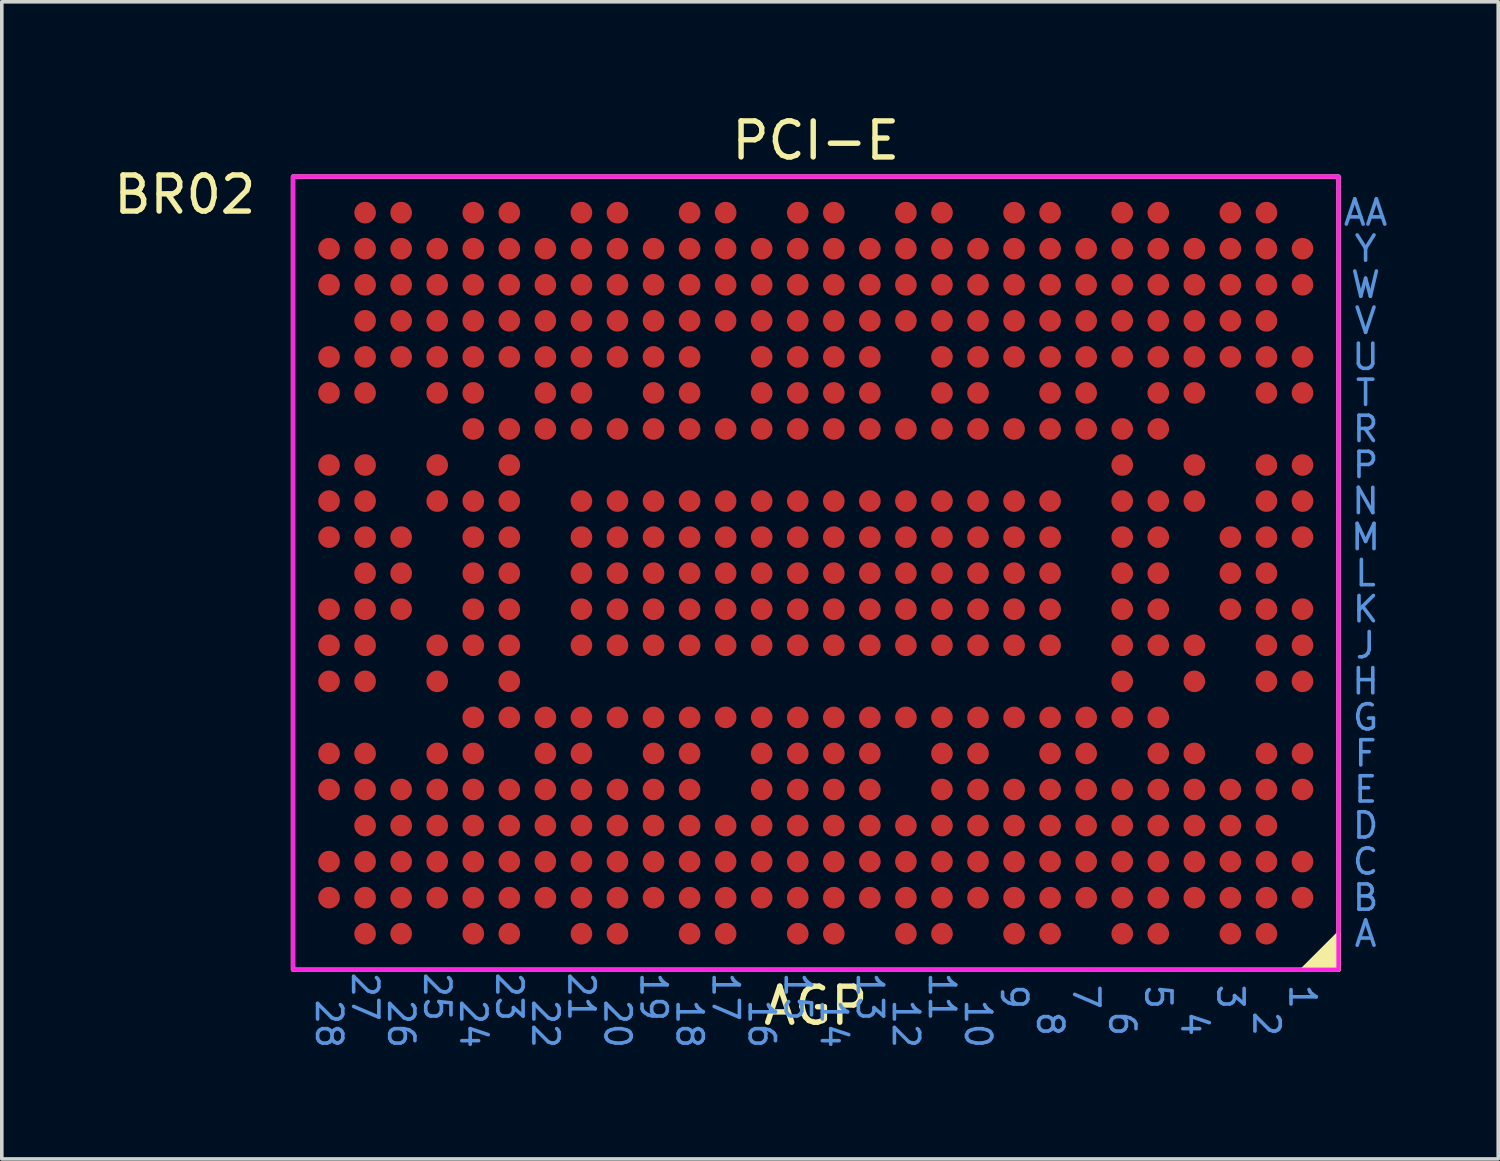
<source format=kicad_pcb>
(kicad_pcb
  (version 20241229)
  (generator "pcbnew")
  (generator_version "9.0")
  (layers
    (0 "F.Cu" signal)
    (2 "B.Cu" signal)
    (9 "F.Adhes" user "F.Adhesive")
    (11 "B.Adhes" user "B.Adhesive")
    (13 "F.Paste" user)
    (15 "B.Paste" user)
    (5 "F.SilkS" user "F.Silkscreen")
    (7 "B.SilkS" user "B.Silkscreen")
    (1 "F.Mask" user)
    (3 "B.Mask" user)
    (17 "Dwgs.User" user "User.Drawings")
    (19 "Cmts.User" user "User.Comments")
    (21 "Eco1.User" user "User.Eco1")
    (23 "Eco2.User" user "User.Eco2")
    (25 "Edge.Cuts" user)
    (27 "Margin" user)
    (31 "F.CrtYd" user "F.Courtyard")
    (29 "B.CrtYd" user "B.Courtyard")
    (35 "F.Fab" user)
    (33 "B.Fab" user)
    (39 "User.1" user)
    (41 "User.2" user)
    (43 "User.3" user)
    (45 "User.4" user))
  (footprint "BR02"
    (layer "F.Cu")
    (at 5.077 1.848)
    (property "Reference" "BR02" (at -3 0.5 0) (unlocked yes) (layer "F.SilkS") (effects (font (size 1 1) (thickness 0.15))))
    (attr smd)
    (fp_circle (center 1 2) (end 1.25 2) (stroke (width 0) (type solid)) (fill yes) (layer "F.Mask"))
    (fp_circle (center 1 3) (end 1.25 3) (stroke (width 0) (type solid)) (fill yes) (layer "F.Mask"))
    (fp_circle (center 1 5) (end 1.25 5) (stroke (width 0) (type solid)) (fill yes) (layer "F.Mask"))
    (fp_circle (center 1 6) (end 1.25 6) (stroke (width 0) (type solid)) (fill yes) (layer "F.Mask"))
    (fp_circle (center 1 8) (end 1.25 8) (stroke (width 0) (type solid)) (fill yes) (layer "F.Mask"))
    (fp_circle (center 1 9) (end 1.25 9) (stroke (width 0) (type solid)) (fill yes) (layer "F.Mask"))
    (fp_circle (center 1 10) (end 1.25 10) (stroke (width 0) (type solid)) (fill yes) (layer "F.Mask"))
    (fp_circle (center 1 12) (end 1.25 12) (stroke (width 0) (type solid)) (fill yes) (layer "F.Mask"))
    (fp_circle (center 1 13) (end 1.25 13) (stroke (width 0) (type solid)) (fill yes) (layer "F.Mask"))
    (fp_circle (center 1 14) (end 1.25 14) (stroke (width 0) (type solid)) (fill yes) (layer "F.Mask"))
    (fp_circle (center 1 16) (end 1.25 16) (stroke (width 0) (type solid)) (fill yes) (layer "F.Mask"))
    (fp_circle (center 1 17) (end 1.25 17) (stroke (width 0) (type solid)) (fill yes) (layer "F.Mask"))
    (fp_circle (center 1 19) (end 1.25 19) (stroke (width 0) (type solid)) (fill yes) (layer "F.Mask"))
    (fp_circle (center 1 20) (end 1.25 20) (stroke (width 0) (type solid)) (fill yes) (layer "F.Mask"))
    (fp_circle (center 2 1) (end 2.25 1) (stroke (width 0) (type solid)) (fill yes) (layer "F.Mask"))
    (fp_circle (center 2 2) (end 2.25 2) (stroke (width 0) (type solid)) (fill yes) (layer "F.Mask"))
    (fp_circle (center 2 3) (end 2.25 3) (stroke (width 0) (type solid)) (fill yes) (layer "F.Mask"))
    (fp_circle (center 2 4) (end 2.25 4) (stroke (width 0) (type solid)) (fill yes) (layer "F.Mask"))
    (fp_circle (center 2 5) (end 2.25 5) (stroke (width 0) (type solid)) (fill yes) (layer "F.Mask"))
    (fp_circle (center 2 6) (end 2.25 6) (stroke (width 0) (type solid)) (fill yes) (layer "F.Mask"))
    (fp_circle (center 2 8) (end 2.25 8) (stroke (width 0) (type solid)) (fill yes) (layer "F.Mask"))
    (fp_circle (center 2 9) (end 2.25 9) (stroke (width 0) (type solid)) (fill yes) (layer "F.Mask"))
    (fp_circle (center 2 10) (end 2.25 10) (stroke (width 0) (type solid)) (fill yes) (layer "F.Mask"))
    (fp_circle (center 2 11) (end 2.25 11) (stroke (width 0) (type solid)) (fill yes) (layer "F.Mask"))
    (fp_circle (center 2 12) (end 2.25 12) (stroke (width 0) (type solid)) (fill yes) (layer "F.Mask"))
    (fp_circle (center 2 13) (end 2.25 13) (stroke (width 0) (type solid)) (fill yes) (layer "F.Mask"))
    (fp_circle (center 2 14) (end 2.25 14) (stroke (width 0) (type solid)) (fill yes) (layer "F.Mask"))
    (fp_circle (center 2 16) (end 2.25 16) (stroke (width 0) (type solid)) (fill yes) (layer "F.Mask"))
    (fp_circle (center 2 17) (end 2.25 17) (stroke (width 0) (type solid)) (fill yes) (layer "F.Mask"))
    (fp_circle (center 2 18) (end 2.25 18) (stroke (width 0) (type solid)) (fill yes) (layer "F.Mask"))
    (fp_circle (center 2 19) (end 2.25 19) (stroke (width 0) (type solid)) (fill yes) (layer "F.Mask"))
    (fp_circle (center 2 20) (end 2.25 20) (stroke (width 0) (type solid)) (fill yes) (layer "F.Mask"))
    (fp_circle (center 2 21) (end 2.25 21) (stroke (width 0) (type solid)) (fill yes) (layer "F.Mask"))
    (fp_circle (center 3 1) (end 3.25 1) (stroke (width 0) (type solid)) (fill yes) (layer "F.Mask"))
    (fp_circle (center 3 2) (end 3.25 2) (stroke (width 0) (type solid)) (fill yes) (layer "F.Mask"))
    (fp_circle (center 3 3) (end 3.25 3) (stroke (width 0) (type solid)) (fill yes) (layer "F.Mask"))
    (fp_circle (center 3 4) (end 3.25 4) (stroke (width 0) (type solid)) (fill yes) (layer "F.Mask"))
    (fp_circle (center 3 5) (end 3.25 5) (stroke (width 0) (type solid)) (fill yes) (layer "F.Mask"))
    (fp_circle (center 3 10) (end 3.25 10) (stroke (width 0) (type solid)) (fill yes) (layer "F.Mask"))
    (fp_circle (center 3 11) (end 3.25 11) (stroke (width 0) (type solid)) (fill yes) (layer "F.Mask"))
    (fp_circle (center 3 12) (end 3.25 12) (stroke (width 0) (type solid)) (fill yes) (layer "F.Mask"))
    (fp_circle (center 3 17) (end 3.25 17) (stroke (width 0) (type solid)) (fill yes) (layer "F.Mask"))
    (fp_circle (center 3 18) (end 3.25 18) (stroke (width 0) (type solid)) (fill yes) (layer "F.Mask"))
    (fp_circle (center 3 19) (end 3.25 19) (stroke (width 0) (type solid)) (fill yes) (layer "F.Mask"))
    (fp_circle (center 3 20) (end 3.25 20) (stroke (width 0) (type solid)) (fill yes) (layer "F.Mask"))
    (fp_circle (center 3 21) (end 3.25 21) (stroke (width 0) (type solid)) (fill yes) (layer "F.Mask"))
    (fp_circle (center 4 2) (end 4.25 2) (stroke (width 0) (type solid)) (fill yes) (layer "F.Mask"))
    (fp_circle (center 4 3) (end 4.25 3) (stroke (width 0) (type solid)) (fill yes) (layer "F.Mask"))
    (fp_circle (center 4 4) (end 4.25 4) (stroke (width 0) (type solid)) (fill yes) (layer "F.Mask"))
    (fp_circle (center 4 5) (end 4.25 5) (stroke (width 0) (type solid)) (fill yes) (layer "F.Mask"))
    (fp_circle (center 4 6) (end 4.25 6) (stroke (width 0) (type solid)) (fill yes) (layer "F.Mask"))
    (fp_circle (center 4 8) (end 4.25 8) (stroke (width 0) (type solid)) (fill yes) (layer "F.Mask"))
    (fp_circle (center 4 9) (end 4.25 9) (stroke (width 0) (type solid)) (fill yes) (layer "F.Mask"))
    (fp_circle (center 4 13) (end 4.25 13) (stroke (width 0) (type solid)) (fill yes) (layer "F.Mask"))
    (fp_circle (center 4 14) (end 4.25 14) (stroke (width 0) (type solid)) (fill yes) (layer "F.Mask"))
    (fp_circle (center 4 16) (end 4.25 16) (stroke (width 0) (type solid)) (fill yes) (layer "F.Mask"))
    (fp_circle (center 4 17) (end 4.25 17) (stroke (width 0) (type solid)) (fill yes) (layer "F.Mask"))
    (fp_circle (center 4 18) (end 4.25 18) (stroke (width 0) (type solid)) (fill yes) (layer "F.Mask"))
    (fp_circle (center 4 19) (end 4.25 19) (stroke (width 0) (type solid)) (fill yes) (layer "F.Mask"))
    (fp_circle (center 4 20) (end 4.25 20) (stroke (width 0) (type solid)) (fill yes) (layer "F.Mask"))
    (fp_circle (center 5 1) (end 5.25 1) (stroke (width 0) (type solid)) (fill yes) (layer "F.Mask"))
    (fp_circle (center 5 2) (end 5.25 2) (stroke (width 0) (type solid)) (fill yes) (layer "F.Mask"))
    (fp_circle (center 5 3) (end 5.25 3) (stroke (width 0) (type solid)) (fill yes) (layer "F.Mask"))
    (fp_circle (center 5 4) (end 5.25 4) (stroke (width 0) (type solid)) (fill yes) (layer "F.Mask"))
    (fp_circle (center 5 5) (end 5.25 5) (stroke (width 0) (type solid)) (fill yes) (layer "F.Mask"))
    (fp_circle (center 5 6) (end 5.25 6) (stroke (width 0) (type solid)) (fill yes) (layer "F.Mask"))
    (fp_circle (center 5 7) (end 5.25 7) (stroke (width 0) (type solid)) (fill yes) (layer "F.Mask"))
    (fp_circle (center 5 9) (end 5.25 9) (stroke (width 0) (type solid)) (fill yes) (layer "F.Mask"))
    (fp_circle (center 5 10) (end 5.25 10) (stroke (width 0) (type solid)) (fill yes) (layer "F.Mask"))
    (fp_circle (center 5 11) (end 5.25 11) (stroke (width 0) (type solid)) (fill yes) (layer "F.Mask"))
    (fp_circle (center 5 12) (end 5.25 12) (stroke (width 0) (type solid)) (fill yes) (layer "F.Mask"))
    (fp_circle (center 5 13) (end 5.25 13) (stroke (width 0) (type solid)) (fill yes) (layer "F.Mask"))
    (fp_circle (center 5 15) (end 5.25 15) (stroke (width 0) (type solid)) (fill yes) (layer "F.Mask"))
    (fp_circle (center 5 16) (end 5.25 16) (stroke (width 0) (type solid)) (fill yes) (layer "F.Mask"))
    (fp_circle (center 5 17) (end 5.25 17) (stroke (width 0) (type solid)) (fill yes) (layer "F.Mask"))
    (fp_circle (center 5 18) (end 5.25 18) (stroke (width 0) (type solid)) (fill yes) (layer "F.Mask"))
    (fp_circle (center 5 19) (end 5.25 19) (stroke (width 0) (type solid)) (fill yes) (layer "F.Mask"))
    (fp_circle (center 5 20) (end 5.25 20) (stroke (width 0) (type solid)) (fill yes) (layer "F.Mask"))
    (fp_circle (center 5 21) (end 5.25 21) (stroke (width 0) (type solid)) (fill yes) (layer "F.Mask"))
    (fp_circle (center 6 1) (end 6.25 1) (stroke (width 0) (type solid)) (fill yes) (layer "F.Mask"))
    (fp_circle (center 6 2) (end 6.25 2) (stroke (width 0) (type solid)) (fill yes) (layer "F.Mask"))
    (fp_circle (center 6 3) (end 6.25 3) (stroke (width 0) (type solid)) (fill yes) (layer "F.Mask"))
    (fp_circle (center 6 4) (end 6.25 4) (stroke (width 0) (type solid)) (fill yes) (layer "F.Mask"))
    (fp_circle (center 6 5) (end 6.25 5) (stroke (width 0) (type solid)) (fill yes) (layer "F.Mask"))
    (fp_circle (center 6 7) (end 6.25 7) (stroke (width 0) (type solid)) (fill yes) (layer "F.Mask"))
    (fp_circle (center 6 8) (end 6.25 8) (stroke (width 0) (type solid)) (fill yes) (layer "F.Mask"))
    (fp_circle (center 6 9) (end 6.25 9) (stroke (width 0) (type solid)) (fill yes) (layer "F.Mask"))
    (fp_circle (center 6 10) (end 6.25 10) (stroke (width 0) (type solid)) (fill yes) (layer "F.Mask"))
    (fp_circle (center 6 11) (end 6.25 11) (stroke (width 0) (type solid)) (fill yes) (layer "F.Mask"))
    (fp_circle (center 6 12) (end 6.25 12) (stroke (width 0) (type solid)) (fill yes) (layer "F.Mask"))
    (fp_circle (center 6 13) (end 6.25 13) (stroke (width 0) (type solid)) (fill yes) (layer "F.Mask"))
    (fp_circle (center 6 14) (end 6.25 14) (stroke (width 0) (type solid)) (fill yes) (layer "F.Mask"))
    (fp_circle (center 6 15) (end 6.25 15) (stroke (width 0) (type solid)) (fill yes) (layer "F.Mask"))
    (fp_circle (center 6 17) (end 6.25 17) (stroke (width 0) (type solid)) (fill yes) (layer "F.Mask"))
    (fp_circle (center 6 18) (end 6.25 18) (stroke (width 0) (type solid)) (fill yes) (layer "F.Mask"))
    (fp_circle (center 6 19) (end 6.25 19) (stroke (width 0) (type solid)) (fill yes) (layer "F.Mask"))
    (fp_circle (center 6 20) (end 6.25 20) (stroke (width 0) (type solid)) (fill yes) (layer "F.Mask"))
    (fp_circle (center 6 21) (end 6.25 21) (stroke (width 0) (type solid)) (fill yes) (layer "F.Mask"))
    (fp_circle (center 7 2) (end 7.25 2) (stroke (width 0) (type solid)) (fill yes) (layer "F.Mask"))
    (fp_circle (center 7 3) (end 7.25 3) (stroke (width 0) (type solid)) (fill yes) (layer "F.Mask"))
    (fp_circle (center 7 4) (end 7.25 4) (stroke (width 0) (type solid)) (fill yes) (layer "F.Mask"))
    (fp_circle (center 7 5) (end 7.25 5) (stroke (width 0) (type solid)) (fill yes) (layer "F.Mask"))
    (fp_circle (center 7 6) (end 7.25 6) (stroke (width 0) (type solid)) (fill yes) (layer "F.Mask"))
    (fp_circle (center 7 7) (end 7.25 7) (stroke (width 0) (type solid)) (fill yes) (layer "F.Mask"))
    (fp_circle (center 7 15) (end 7.25 15) (stroke (width 0) (type solid)) (fill yes) (layer "F.Mask"))
    (fp_circle (center 7 16) (end 7.25 16) (stroke (width 0) (type solid)) (fill yes) (layer "F.Mask"))
    (fp_circle (center 7 17) (end 7.25 17) (stroke (width 0) (type solid)) (fill yes) (layer "F.Mask"))
    (fp_circle (center 7 18) (end 7.25 18) (stroke (width 0) (type solid)) (fill yes) (layer "F.Mask"))
    (fp_circle (center 7 19) (end 7.25 19) (stroke (width 0) (type solid)) (fill yes) (layer "F.Mask"))
    (fp_circle (center 7 20) (end 7.25 20) (stroke (width 0) (type solid)) (fill yes) (layer "F.Mask"))
    (fp_circle (center 8 1) (end 8.25 1) (stroke (width 0) (type solid)) (fill yes) (layer "F.Mask"))
    (fp_circle (center 8 2) (end 8.25 2) (stroke (width 0) (type solid)) (fill yes) (layer "F.Mask"))
    (fp_circle (center 8 3) (end 8.25 3) (stroke (width 0) (type solid)) (fill yes) (layer "F.Mask"))
    (fp_circle (center 8 4) (end 8.25 4) (stroke (width 0) (type solid)) (fill yes) (layer "F.Mask"))
    (fp_circle (center 8 5) (end 8.25 5) (stroke (width 0) (type solid)) (fill yes) (layer "F.Mask"))
    (fp_circle (center 8 6) (end 8.25 6) (stroke (width 0) (type solid)) (fill yes) (layer "F.Mask"))
    (fp_circle (center 8 7) (end 8.25 7) (stroke (width 0) (type solid)) (fill yes) (layer "F.Mask"))
    (fp_circle (center 8 9) (end 8.25 9) (stroke (width 0) (type solid)) (fill yes) (layer "F.Mask"))
    (fp_circle (center 8 10) (end 8.25 10) (stroke (width 0) (type solid)) (fill yes) (layer "F.Mask"))
    (fp_circle (center 8 11) (end 8.25 11) (stroke (width 0) (type solid)) (fill yes) (layer "F.Mask"))
    (fp_circle (center 8 12) (end 8.25 12) (stroke (width 0) (type solid)) (fill yes) (layer "F.Mask"))
    (fp_circle (center 8 13) (end 8.25 13) (stroke (width 0) (type solid)) (fill yes) (layer "F.Mask"))
    (fp_circle (center 8 15) (end 8.25 15) (stroke (width 0) (type solid)) (fill yes) (layer "F.Mask"))
    (fp_circle (center 8 16) (end 8.25 16) (stroke (width 0) (type solid)) (fill yes) (layer "F.Mask"))
    (fp_circle (center 8 17) (end 8.25 17) (stroke (width 0) (type solid)) (fill yes) (layer "F.Mask"))
    (fp_circle (center 8 18) (end 8.25 18) (stroke (width 0) (type solid)) (fill yes) (layer "F.Mask"))
    (fp_circle (center 8 19) (end 8.25 19) (stroke (width 0) (type solid)) (fill yes) (layer "F.Mask"))
    (fp_circle (center 8 20) (end 8.25 20) (stroke (width 0) (type solid)) (fill yes) (layer "F.Mask"))
    (fp_circle (center 8 21) (end 8.25 21) (stroke (width 0) (type solid)) (fill yes) (layer "F.Mask"))
    (fp_circle (center 9 1) (end 9.25 1) (stroke (width 0) (type solid)) (fill yes) (layer "F.Mask"))
    (fp_circle (center 9 2) (end 9.25 2) (stroke (width 0) (type solid)) (fill yes) (layer "F.Mask"))
    (fp_circle (center 9 3) (end 9.25 3) (stroke (width 0) (type solid)) (fill yes) (layer "F.Mask"))
    (fp_circle (center 9 4) (end 9.25 4) (stroke (width 0) (type solid)) (fill yes) (layer "F.Mask"))
    (fp_circle (center 9 5) (end 9.25 5) (stroke (width 0) (type solid)) (fill yes) (layer "F.Mask"))
    (fp_circle (center 9 7) (end 9.25 7) (stroke (width 0) (type solid)) (fill yes) (layer "F.Mask"))
    (fp_circle (center 9 9) (end 9.25 9) (stroke (width 0) (type solid)) (fill yes) (layer "F.Mask"))
    (fp_circle (center 9 10) (end 9.25 10) (stroke (width 0) (type solid)) (fill yes) (layer "F.Mask"))
    (fp_circle (center 9 11) (end 9.25 11) (stroke (width 0) (type solid)) (fill yes) (layer "F.Mask"))
    (fp_circle (center 9 12) (end 9.25 12) (stroke (width 0) (type solid)) (fill yes) (layer "F.Mask"))
    (fp_circle (center 9 13) (end 9.25 13) (stroke (width 0) (type solid)) (fill yes) (layer "F.Mask"))
    (fp_circle (center 9 15) (end 9.25 15) (stroke (width 0) (type solid)) (fill yes) (layer "F.Mask"))
    (fp_circle (center 9 17) (end 9.25 17) (stroke (width 0) (type solid)) (fill yes) (layer "F.Mask"))
    (fp_circle (center 9 18) (end 9.25 18) (stroke (width 0) (type solid)) (fill yes) (layer "F.Mask"))
    (fp_circle (center 9 19) (end 9.25 19) (stroke (width 0) (type solid)) (fill yes) (layer "F.Mask"))
    (fp_circle (center 9 20) (end 9.25 20) (stroke (width 0) (type solid)) (fill yes) (layer "F.Mask"))
    (fp_circle (center 9 21) (end 9.25 21) (stroke (width 0) (type solid)) (fill yes) (layer "F.Mask"))
    (fp_circle (center 10 2) (end 10.25 2) (stroke (width 0) (type solid)) (fill yes) (layer "F.Mask"))
    (fp_circle (center 10 3) (end 10.25 3) (stroke (width 0) (type solid)) (fill yes) (layer "F.Mask"))
    (fp_circle (center 10 4) (end 10.25 4) (stroke (width 0) (type solid)) (fill yes) (layer "F.Mask"))
    (fp_circle (center 10 5) (end 10.25 5) (stroke (width 0) (type solid)) (fill yes) (layer "F.Mask"))
    (fp_circle (center 10 6) (end 10.25 6) (stroke (width 0) (type solid)) (fill yes) (layer "F.Mask"))
    (fp_circle (center 10 7) (end 10.25 7) (stroke (width 0) (type solid)) (fill yes) (layer "F.Mask"))
    (fp_circle (center 10 9) (end 10.25 9) (stroke (width 0) (type solid)) (fill yes) (layer "F.Mask"))
    (fp_circle (center 10 10) (end 10.25 10) (stroke (width 0) (type solid)) (fill yes) (layer "F.Mask"))
    (fp_circle (center 10 11) (end 10.25 11) (stroke (width 0) (type solid)) (fill yes) (layer "F.Mask"))
    (fp_circle (center 10 12) (end 10.25 12) (stroke (width 0) (type solid)) (fill yes) (layer "F.Mask"))
    (fp_circle (center 10 13) (end 10.25 13) (stroke (width 0) (type solid)) (fill yes) (layer "F.Mask"))
    (fp_circle (center 10 15) (end 10.25 15) (stroke (width 0) (type solid)) (fill yes) (layer "F.Mask"))
    (fp_circle (center 10 16) (end 10.25 16) (stroke (width 0) (type solid)) (fill yes) (layer "F.Mask"))
    (fp_circle (center 10 17) (end 10.25 17) (stroke (width 0) (type solid)) (fill yes) (layer "F.Mask"))
    (fp_circle (center 10 18) (end 10.25 18) (stroke (width 0) (type solid)) (fill yes) (layer "F.Mask"))
    (fp_circle (center 10 19) (end 10.25 19) (stroke (width 0) (type solid)) (fill yes) (layer "F.Mask"))
    (fp_circle (center 10 20) (end 10.25 20) (stroke (width 0) (type solid)) (fill yes) (layer "F.Mask"))
    (fp_circle (center 11 1) (end 11.25 1) (stroke (width 0) (type solid)) (fill yes) (layer "F.Mask"))
    (fp_circle (center 11 2) (end 11.25 2) (stroke (width 0) (type solid)) (fill yes) (layer "F.Mask"))
    (fp_circle (center 11 3) (end 11.25 3) (stroke (width 0) (type solid)) (fill yes) (layer "F.Mask"))
    (fp_circle (center 11 4) (end 11.25 4) (stroke (width 0) (type solid)) (fill yes) (layer "F.Mask"))
    (fp_circle (center 11 5) (end 11.25 5) (stroke (width 0) (type solid)) (fill yes) (layer "F.Mask"))
    (fp_circle (center 11 6) (end 11.25 6) (stroke (width 0) (type solid)) (fill yes) (layer "F.Mask"))
    (fp_circle (center 11 7) (end 11.25 7) (stroke (width 0) (type solid)) (fill yes) (layer "F.Mask"))
    (fp_circle (center 11 9) (end 11.25 9) (stroke (width 0) (type solid)) (fill yes) (layer "F.Mask"))
    (fp_circle (center 11 10) (end 11.25 10) (stroke (width 0) (type solid)) (fill yes) (layer "F.Mask"))
    (fp_circle (center 11 11) (end 11.25 11) (stroke (width 0) (type solid)) (fill yes) (layer "F.Mask"))
    (fp_circle (center 11 12) (end 11.25 12) (stroke (width 0) (type solid)) (fill yes) (layer "F.Mask"))
    (fp_circle (center 11 13) (end 11.25 13) (stroke (width 0) (type solid)) (fill yes) (layer "F.Mask"))
    (fp_circle (center 11 15) (end 11.25 15) (stroke (width 0) (type solid)) (fill yes) (layer "F.Mask"))
    (fp_circle (center 11 16) (end 11.25 16) (stroke (width 0) (type solid)) (fill yes) (layer "F.Mask"))
    (fp_circle (center 11 17) (end 11.25 17) (stroke (width 0) (type solid)) (fill yes) (layer "F.Mask"))
    (fp_circle (center 11 18) (end 11.25 18) (stroke (width 0) (type solid)) (fill yes) (layer "F.Mask"))
    (fp_circle (center 11 19) (end 11.25 19) (stroke (width 0) (type solid)) (fill yes) (layer "F.Mask"))
    (fp_circle (center 11 20) (end 11.25 20) (stroke (width 0) (type solid)) (fill yes) (layer "F.Mask"))
    (fp_circle (center 11 21) (end 11.25 21) (stroke (width 0) (type solid)) (fill yes) (layer "F.Mask"))
    (fp_circle (center 12 1) (end 12.25 1) (stroke (width 0) (type solid)) (fill yes) (layer "F.Mask"))
    (fp_circle (center 12 2) (end 12.25 2) (stroke (width 0) (type solid)) (fill yes) (layer "F.Mask"))
    (fp_circle (center 12 3) (end 12.25 3) (stroke (width 0) (type solid)) (fill yes) (layer "F.Mask"))
    (fp_circle (center 12 4) (end 12.25 4) (stroke (width 0) (type solid)) (fill yes) (layer "F.Mask"))
    (fp_circle (center 12 7) (end 12.25 7) (stroke (width 0) (type solid)) (fill yes) (layer "F.Mask"))
    (fp_circle (center 12 9) (end 12.25 9) (stroke (width 0) (type solid)) (fill yes) (layer "F.Mask"))
    (fp_circle (center 12 10) (end 12.25 10) (stroke (width 0) (type solid)) (fill yes) (layer "F.Mask"))
    (fp_circle (center 12 11) (end 12.25 11) (stroke (width 0) (type solid)) (fill yes) (layer "F.Mask"))
    (fp_circle (center 12 12) (end 12.25 12) (stroke (width 0) (type solid)) (fill yes) (layer "F.Mask"))
    (fp_circle (center 12 13) (end 12.25 13) (stroke (width 0) (type solid)) (fill yes) (layer "F.Mask"))
    (fp_circle (center 12 15) (end 12.25 15) (stroke (width 0) (type solid)) (fill yes) (layer "F.Mask"))
    (fp_circle (center 12 18) (end 12.25 18) (stroke (width 0) (type solid)) (fill yes) (layer "F.Mask"))
    (fp_circle (center 12 19) (end 12.25 19) (stroke (width 0) (type solid)) (fill yes) (layer "F.Mask"))
    (fp_circle (center 12 20) (end 12.25 20) (stroke (width 0) (type solid)) (fill yes) (layer "F.Mask"))
    (fp_circle (center 12 21) (end 12.25 21) (stroke (width 0) (type solid)) (fill yes) (layer "F.Mask"))
    (fp_circle (center 13 2) (end 13.25 2) (stroke (width 0) (type solid)) (fill yes) (layer "F.Mask"))
    (fp_circle (center 13 3) (end 13.25 3) (stroke (width 0) (type solid)) (fill yes) (layer "F.Mask"))
    (fp_circle (center 13 4) (end 13.25 4) (stroke (width 0) (type solid)) (fill yes) (layer "F.Mask"))
    (fp_circle (center 13 5) (end 13.25 5) (stroke (width 0) (type solid)) (fill yes) (layer "F.Mask"))
    (fp_circle (center 13 6) (end 13.25 6) (stroke (width 0) (type solid)) (fill yes) (layer "F.Mask"))
    (fp_circle (center 13 7) (end 13.25 7) (stroke (width 0) (type solid)) (fill yes) (layer "F.Mask"))
    (fp_circle (center 13 9) (end 13.25 9) (stroke (width 0) (type solid)) (fill yes) (layer "F.Mask"))
    (fp_circle (center 13 10) (end 13.25 10) (stroke (width 0) (type solid)) (fill yes) (layer "F.Mask"))
    (fp_circle (center 13 11) (end 13.25 11) (stroke (width 0) (type solid)) (fill yes) (layer "F.Mask"))
    (fp_circle (center 13 12) (end 13.25 12) (stroke (width 0) (type solid)) (fill yes) (layer "F.Mask"))
    (fp_circle (center 13 13) (end 13.25 13) (stroke (width 0) (type solid)) (fill yes) (layer "F.Mask"))
    (fp_circle (center 13 15) (end 13.25 15) (stroke (width 0) (type solid)) (fill yes) (layer "F.Mask"))
    (fp_circle (center 13 16) (end 13.25 16) (stroke (width 0) (type solid)) (fill yes) (layer "F.Mask"))
    (fp_circle (center 13 17) (end 13.25 17) (stroke (width 0) (type solid)) (fill yes) (layer "F.Mask"))
    (fp_circle (center 13 18) (end 13.25 18) (stroke (width 0) (type solid)) (fill yes) (layer "F.Mask"))
    (fp_circle (center 13 19) (end 13.25 19) (stroke (width 0) (type solid)) (fill yes) (layer "F.Mask"))
    (fp_circle (center 13 20) (end 13.25 20) (stroke (width 0) (type solid)) (fill yes) (layer "F.Mask"))
    (fp_circle (center 14 1) (end 14.25 1) (stroke (width 0) (type solid)) (fill yes) (layer "F.Mask"))
    (fp_circle (center 14 2) (end 14.25 2) (stroke (width 0) (type solid)) (fill yes) (layer "F.Mask"))
    (fp_circle (center 14 3) (end 14.25 3) (stroke (width 0) (type solid)) (fill yes) (layer "F.Mask"))
    (fp_circle (center 14 4) (end 14.25 4) (stroke (width 0) (type solid)) (fill yes) (layer "F.Mask"))
    (fp_circle (center 14 5) (end 14.25 5) (stroke (width 0) (type solid)) (fill yes) (layer "F.Mask"))
    (fp_circle (center 14 6) (end 14.25 6) (stroke (width 0) (type solid)) (fill yes) (layer "F.Mask"))
    (fp_circle (center 14 7) (end 14.25 7) (stroke (width 0) (type solid)) (fill yes) (layer "F.Mask"))
    (fp_circle (center 14 9) (end 14.25 9) (stroke (width 0) (type solid)) (fill yes) (layer "F.Mask"))
    (fp_circle (center 14 10) (end 14.25 10) (stroke (width 0) (type solid)) (fill yes) (layer "F.Mask"))
    (fp_circle (center 14 11) (end 14.25 11) (stroke (width 0) (type solid)) (fill yes) (layer "F.Mask"))
    (fp_circle (center 14 12) (end 14.25 12) (stroke (width 0) (type solid)) (fill yes) (layer "F.Mask"))
    (fp_circle (center 14 13) (end 14.25 13) (stroke (width 0) (type solid)) (fill yes) (layer "F.Mask"))
    (fp_circle (center 14 15) (end 14.25 15) (stroke (width 0) (type solid)) (fill yes) (layer "F.Mask"))
    (fp_circle (center 14 16) (end 14.25 16) (stroke (width 0) (type solid)) (fill yes) (layer "F.Mask"))
    (fp_circle (center 14 17) (end 14.25 17) (stroke (width 0) (type solid)) (fill yes) (layer "F.Mask"))
    (fp_circle (center 14 18) (end 14.25 18) (stroke (width 0) (type solid)) (fill yes) (layer "F.Mask"))
    (fp_circle (center 14 19) (end 14.25 19) (stroke (width 0) (type solid)) (fill yes) (layer "F.Mask"))
    (fp_circle (center 14 20) (end 14.25 20) (stroke (width 0) (type solid)) (fill yes) (layer "F.Mask"))
    (fp_circle (center 14 21) (end 14.25 21) (stroke (width 0) (type solid)) (fill yes) (layer "F.Mask"))
    (fp_circle (center 15 1) (end 15.25 1) (stroke (width 0) (type solid)) (fill yes) (layer "F.Mask"))
    (fp_circle (center 15 2) (end 15.25 2) (stroke (width 0) (type solid)) (fill yes) (layer "F.Mask"))
    (fp_circle (center 15 3) (end 15.25 3) (stroke (width 0) (type solid)) (fill yes) (layer "F.Mask"))
    (fp_circle (center 15 4) (end 15.25 4) (stroke (width 0) (type solid)) (fill yes) (layer "F.Mask"))
    (fp_circle (center 15 5) (end 15.25 5) (stroke (width 0) (type solid)) (fill yes) (layer "F.Mask"))
    (fp_circle (center 15 6) (end 15.25 6) (stroke (width 0) (type solid)) (fill yes) (layer "F.Mask"))
    (fp_circle (center 15 7) (end 15.25 7) (stroke (width 0) (type solid)) (fill yes) (layer "F.Mask"))
    (fp_circle (center 15 9) (end 15.25 9) (stroke (width 0) (type solid)) (fill yes) (layer "F.Mask"))
    (fp_circle (center 15 10) (end 15.25 10) (stroke (width 0) (type solid)) (fill yes) (layer "F.Mask"))
    (fp_circle (center 15 11) (end 15.25 11) (stroke (width 0) (type solid)) (fill yes) (layer "F.Mask"))
    (fp_circle (center 15 12) (end 15.25 12) (stroke (width 0) (type solid)) (fill yes) (layer "F.Mask"))
    (fp_circle (center 15 13) (end 15.25 13) (stroke (width 0) (type solid)) (fill yes) (layer "F.Mask"))
    (fp_circle (center 15 15) (end 15.25 15) (stroke (width 0) (type solid)) (fill yes) (layer "F.Mask"))
    (fp_circle (center 15 16) (end 15.25 16) (stroke (width 0) (type solid)) (fill yes) (layer "F.Mask"))
    (fp_circle (center 15 17) (end 15.25 17) (stroke (width 0) (type solid)) (fill yes) (layer "F.Mask"))
    (fp_circle (center 15 18) (end 15.25 18) (stroke (width 0) (type solid)) (fill yes) (layer "F.Mask"))
    (fp_circle (center 15 19) (end 15.25 19) (stroke (width 0) (type solid)) (fill yes) (layer "F.Mask"))
    (fp_circle (center 15 20) (end 15.25 20) (stroke (width 0) (type solid)) (fill yes) (layer "F.Mask"))
    (fp_circle (center 15 21) (end 15.25 21) (stroke (width 0) (type solid)) (fill yes) (layer "F.Mask"))
    (fp_circle (center 16 2) (end 16.25 2) (stroke (width 0) (type solid)) (fill yes) (layer "F.Mask"))
    (fp_circle (center 16 3) (end 16.25 3) (stroke (width 0) (type solid)) (fill yes) (layer "F.Mask"))
    (fp_circle (center 16 4) (end 16.25 4) (stroke (width 0) (type solid)) (fill yes) (layer "F.Mask"))
    (fp_circle (center 16 5) (end 16.25 5) (stroke (width 0) (type solid)) (fill yes) (layer "F.Mask"))
    (fp_circle (center 16 6) (end 16.25 6) (stroke (width 0) (type solid)) (fill yes) (layer "F.Mask"))
    (fp_circle (center 16 7) (end 16.25 7) (stroke (width 0) (type solid)) (fill yes) (layer "F.Mask"))
    (fp_circle (center 16 9) (end 16.25 9) (stroke (width 0) (type solid)) (fill yes) (layer "F.Mask"))
    (fp_circle (center 16 10) (end 16.25 10) (stroke (width 0) (type solid)) (fill yes) (layer "F.Mask"))
    (fp_circle (center 16 11) (end 16.25 11) (stroke (width 0) (type solid)) (fill yes) (layer "F.Mask"))
    (fp_circle (center 16 12) (end 16.25 12) (stroke (width 0) (type solid)) (fill yes) (layer "F.Mask"))
    (fp_circle (center 16 13) (end 16.25 13) (stroke (width 0) (type solid)) (fill yes) (layer "F.Mask"))
    (fp_circle (center 16 15) (end 16.25 15) (stroke (width 0) (type solid)) (fill yes) (layer "F.Mask"))
    (fp_circle (center 16 16) (end 16.25 16) (stroke (width 0) (type solid)) (fill yes) (layer "F.Mask"))
    (fp_circle (center 16 17) (end 16.25 17) (stroke (width 0) (type solid)) (fill yes) (layer "F.Mask"))
    (fp_circle (center 16 18) (end 16.25 18) (stroke (width 0) (type solid)) (fill yes) (layer "F.Mask"))
    (fp_circle (center 16 19) (end 16.25 19) (stroke (width 0) (type solid)) (fill yes) (layer "F.Mask"))
    (fp_circle (center 16 20) (end 16.25 20) (stroke (width 0) (type solid)) (fill yes) (layer "F.Mask"))
    (fp_circle (center 17 1) (end 17.25 1) (stroke (width 0) (type solid)) (fill yes) (layer "F.Mask"))
    (fp_circle (center 17 2) (end 17.25 2) (stroke (width 0) (type solid)) (fill yes) (layer "F.Mask"))
    (fp_circle (center 17 3) (end 17.25 3) (stroke (width 0) (type solid)) (fill yes) (layer "F.Mask"))
    (fp_circle (center 17 4) (end 17.25 4) (stroke (width 0) (type solid)) (fill yes) (layer "F.Mask"))
    (fp_circle (center 17 7) (end 17.25 7) (stroke (width 0) (type solid)) (fill yes) (layer "F.Mask"))
    (fp_circle (center 17 9) (end 17.25 9) (stroke (width 0) (type solid)) (fill yes) (layer "F.Mask"))
    (fp_circle (center 17 10) (end 17.25 10) (stroke (width 0) (type solid)) (fill yes) (layer "F.Mask"))
    (fp_circle (center 17 11) (end 17.25 11) (stroke (width 0) (type solid)) (fill yes) (layer "F.Mask"))
    (fp_circle (center 17 12) (end 17.25 12) (stroke (width 0) (type solid)) (fill yes) (layer "F.Mask"))
    (fp_circle (center 17 13) (end 17.25 13) (stroke (width 0) (type solid)) (fill yes) (layer "F.Mask"))
    (fp_circle (center 17 15) (end 17.25 15) (stroke (width 0) (type solid)) (fill yes) (layer "F.Mask"))
    (fp_circle (center 17 18) (end 17.25 18) (stroke (width 0) (type solid)) (fill yes) (layer "F.Mask"))
    (fp_circle (center 17 19) (end 17.25 19) (stroke (width 0) (type solid)) (fill yes) (layer "F.Mask"))
    (fp_circle (center 17 20) (end 17.25 20) (stroke (width 0) (type solid)) (fill yes) (layer "F.Mask"))
    (fp_circle (center 17 21) (end 17.25 21) (stroke (width 0) (type solid)) (fill yes) (layer "F.Mask"))
    (fp_circle (center 18 1) (end 18.25 1) (stroke (width 0) (type solid)) (fill yes) (layer "F.Mask"))
    (fp_circle (center 18 2) (end 18.25 2) (stroke (width 0) (type solid)) (fill yes) (layer "F.Mask"))
    (fp_circle (center 18 3) (end 18.25 3) (stroke (width 0) (type solid)) (fill yes) (layer "F.Mask"))
    (fp_circle (center 18 4) (end 18.25 4) (stroke (width 0) (type solid)) (fill yes) (layer "F.Mask"))
    (fp_circle (center 18 5) (end 18.25 5) (stroke (width 0) (type solid)) (fill yes) (layer "F.Mask"))
    (fp_circle (center 18 6) (end 18.25 6) (stroke (width 0) (type solid)) (fill yes) (layer "F.Mask"))
    (fp_circle (center 18 7) (end 18.25 7) (stroke (width 0) (type solid)) (fill yes) (layer "F.Mask"))
    (fp_circle (center 18 9) (end 18.25 9) (stroke (width 0) (type solid)) (fill yes) (layer "F.Mask"))
    (fp_circle (center 18 10) (end 18.25 10) (stroke (width 0) (type solid)) (fill yes) (layer "F.Mask"))
    (fp_circle (center 18 11) (end 18.25 11) (stroke (width 0) (type solid)) (fill yes) (layer "F.Mask"))
    (fp_circle (center 18 12) (end 18.25 12) (stroke (width 0) (type solid)) (fill yes) (layer "F.Mask"))
    (fp_circle (center 18 13) (end 18.25 13) (stroke (width 0) (type solid)) (fill yes) (layer "F.Mask"))
    (fp_circle (center 18 15) (end 18.25 15) (stroke (width 0) (type solid)) (fill yes) (layer "F.Mask"))
    (fp_circle (center 18 16) (end 18.25 16) (stroke (width 0) (type solid)) (fill yes) (layer "F.Mask"))
    (fp_circle (center 18 17) (end 18.25 17) (stroke (width 0) (type solid)) (fill yes) (layer "F.Mask"))
    (fp_circle (center 18 18) (end 18.25 18) (stroke (width 0) (type solid)) (fill yes) (layer "F.Mask"))
    (fp_circle (center 18 19) (end 18.25 19) (stroke (width 0) (type solid)) (fill yes) (layer "F.Mask"))
    (fp_circle (center 18 20) (end 18.25 20) (stroke (width 0) (type solid)) (fill yes) (layer "F.Mask"))
    (fp_circle (center 18 21) (end 18.25 21) (stroke (width 0) (type solid)) (fill yes) (layer "F.Mask"))
    (fp_circle (center 19 2) (end 19.25 2) (stroke (width 0) (type solid)) (fill yes) (layer "F.Mask"))
    (fp_circle (center 19 3) (end 19.25 3) (stroke (width 0) (type solid)) (fill yes) (layer "F.Mask"))
    (fp_circle (center 19 4) (end 19.25 4) (stroke (width 0) (type solid)) (fill yes) (layer "F.Mask"))
    (fp_circle (center 19 5) (end 19.25 5) (stroke (width 0) (type solid)) (fill yes) (layer "F.Mask"))
    (fp_circle (center 19 6) (end 19.25 6) (stroke (width 0) (type solid)) (fill yes) (layer "F.Mask"))
    (fp_circle (center 19 7) (end 19.25 7) (stroke (width 0) (type solid)) (fill yes) (layer "F.Mask"))
    (fp_circle (center 19 9) (end 19.25 9) (stroke (width 0) (type solid)) (fill yes) (layer "F.Mask"))
    (fp_circle (center 19 10) (end 19.25 10) (stroke (width 0) (type solid)) (fill yes) (layer "F.Mask"))
    (fp_circle (center 19 11) (end 19.25 11) (stroke (width 0) (type solid)) (fill yes) (layer "F.Mask"))
    (fp_circle (center 19 12) (end 19.25 12) (stroke (width 0) (type solid)) (fill yes) (layer "F.Mask"))
    (fp_circle (center 19 13) (end 19.25 13) (stroke (width 0) (type solid)) (fill yes) (layer "F.Mask"))
    (fp_circle (center 19 15) (end 19.25 15) (stroke (width 0) (type solid)) (fill yes) (layer "F.Mask"))
    (fp_circle (center 19 16) (end 19.25 16) (stroke (width 0) (type solid)) (fill yes) (layer "F.Mask"))
    (fp_circle (center 19 17) (end 19.25 17) (stroke (width 0) (type solid)) (fill yes) (layer "F.Mask"))
    (fp_circle (center 19 18) (end 19.25 18) (stroke (width 0) (type solid)) (fill yes) (layer "F.Mask"))
    (fp_circle (center 19 19) (end 19.25 19) (stroke (width 0) (type solid)) (fill yes) (layer "F.Mask"))
    (fp_circle (center 19 20) (end 19.25 20) (stroke (width 0) (type solid)) (fill yes) (layer "F.Mask"))
    (fp_circle (center 20 1) (end 20.25 1) (stroke (width 0) (type solid)) (fill yes) (layer "F.Mask"))
    (fp_circle (center 20 2) (end 20.25 2) (stroke (width 0) (type solid)) (fill yes) (layer "F.Mask"))
    (fp_circle (center 20 3) (end 20.25 3) (stroke (width 0) (type solid)) (fill yes) (layer "F.Mask"))
    (fp_circle (center 20 4) (end 20.25 4) (stroke (width 0) (type solid)) (fill yes) (layer "F.Mask"))
    (fp_circle (center 20 5) (end 20.25 5) (stroke (width 0) (type solid)) (fill yes) (layer "F.Mask"))
    (fp_circle (center 20 7) (end 20.25 7) (stroke (width 0) (type solid)) (fill yes) (layer "F.Mask"))
    (fp_circle (center 20 9) (end 20.25 9) (stroke (width 0) (type solid)) (fill yes) (layer "F.Mask"))
    (fp_circle (center 20 10) (end 20.25 10) (stroke (width 0) (type solid)) (fill yes) (layer "F.Mask"))
    (fp_circle (center 20 11) (end 20.25 11) (stroke (width 0) (type solid)) (fill yes) (layer "F.Mask"))
    (fp_circle (center 20 12) (end 20.25 12) (stroke (width 0) (type solid)) (fill yes) (layer "F.Mask"))
    (fp_circle (center 20 13) (end 20.25 13) (stroke (width 0) (type solid)) (fill yes) (layer "F.Mask"))
    (fp_circle (center 20 15) (end 20.25 15) (stroke (width 0) (type solid)) (fill yes) (layer "F.Mask"))
    (fp_circle (center 20 17) (end 20.25 17) (stroke (width 0) (type solid)) (fill yes) (layer "F.Mask"))
    (fp_circle (center 20 18) (end 20.25 18) (stroke (width 0) (type solid)) (fill yes) (layer "F.Mask"))
    (fp_circle (center 20 19) (end 20.25 19) (stroke (width 0) (type solid)) (fill yes) (layer "F.Mask"))
    (fp_circle (center 20 20) (end 20.25 20) (stroke (width 0) (type solid)) (fill yes) (layer "F.Mask"))
    (fp_circle (center 20 21) (end 20.25 21) (stroke (width 0) (type solid)) (fill yes) (layer "F.Mask"))
    (fp_circle (center 21 1) (end 21.25 1) (stroke (width 0) (type solid)) (fill yes) (layer "F.Mask"))
    (fp_circle (center 21 2) (end 21.25 2) (stroke (width 0) (type solid)) (fill yes) (layer "F.Mask"))
    (fp_circle (center 21 3) (end 21.25 3) (stroke (width 0) (type solid)) (fill yes) (layer "F.Mask"))
    (fp_circle (center 21 4) (end 21.25 4) (stroke (width 0) (type solid)) (fill yes) (layer "F.Mask"))
    (fp_circle (center 21 5) (end 21.25 5) (stroke (width 0) (type solid)) (fill yes) (layer "F.Mask"))
    (fp_circle (center 21 6) (end 21.25 6) (stroke (width 0) (type solid)) (fill yes) (layer "F.Mask"))
    (fp_circle (center 21 7) (end 21.25 7) (stroke (width 0) (type solid)) (fill yes) (layer "F.Mask"))
    (fp_circle (center 21 9) (end 21.25 9) (stroke (width 0) (type solid)) (fill yes) (layer "F.Mask"))
    (fp_circle (center 21 10) (end 21.25 10) (stroke (width 0) (type solid)) (fill yes) (layer "F.Mask"))
    (fp_circle (center 21 11) (end 21.25 11) (stroke (width 0) (type solid)) (fill yes) (layer "F.Mask"))
    (fp_circle (center 21 12) (end 21.25 12) (stroke (width 0) (type solid)) (fill yes) (layer "F.Mask"))
    (fp_circle (center 21 13) (end 21.25 13) (stroke (width 0) (type solid)) (fill yes) (layer "F.Mask"))
    (fp_circle (center 21 15) (end 21.25 15) (stroke (width 0) (type solid)) (fill yes) (layer "F.Mask"))
    (fp_circle (center 21 16) (end 21.25 16) (stroke (width 0) (type solid)) (fill yes) (layer "F.Mask"))
    (fp_circle (center 21 17) (end 21.25 17) (stroke (width 0) (type solid)) (fill yes) (layer "F.Mask"))
    (fp_circle (center 21 18) (end 21.25 18) (stroke (width 0) (type solid)) (fill yes) (layer "F.Mask"))
    (fp_circle (center 21 19) (end 21.25 19) (stroke (width 0) (type solid)) (fill yes) (layer "F.Mask"))
    (fp_circle (center 21 20) (end 21.25 20) (stroke (width 0) (type solid)) (fill yes) (layer "F.Mask"))
    (fp_circle (center 21 21) (end 21.25 21) (stroke (width 0) (type solid)) (fill yes) (layer "F.Mask"))
    (fp_circle (center 22 2) (end 22.25 2) (stroke (width 0) (type solid)) (fill yes) (layer "F.Mask"))
    (fp_circle (center 22 3) (end 22.25 3) (stroke (width 0) (type solid)) (fill yes) (layer "F.Mask"))
    (fp_circle (center 22 4) (end 22.25 4) (stroke (width 0) (type solid)) (fill yes) (layer "F.Mask"))
    (fp_circle (center 22 5) (end 22.25 5) (stroke (width 0) (type solid)) (fill yes) (layer "F.Mask"))
    (fp_circle (center 22 6) (end 22.25 6) (stroke (width 0) (type solid)) (fill yes) (layer "F.Mask"))
    (fp_circle (center 22 7) (end 22.25 7) (stroke (width 0) (type solid)) (fill yes) (layer "F.Mask"))
    (fp_circle (center 22 15) (end 22.25 15) (stroke (width 0) (type solid)) (fill yes) (layer "F.Mask"))
    (fp_circle (center 22 16) (end 22.25 16) (stroke (width 0) (type solid)) (fill yes) (layer "F.Mask"))
    (fp_circle (center 22 17) (end 22.25 17) (stroke (width 0) (type solid)) (fill yes) (layer "F.Mask"))
    (fp_circle (center 22 18) (end 22.25 18) (stroke (width 0) (type solid)) (fill yes) (layer "F.Mask"))
    (fp_circle (center 22 19) (end 22.25 19) (stroke (width 0) (type solid)) (fill yes) (layer "F.Mask"))
    (fp_circle (center 22 20) (end 22.25 20) (stroke (width 0) (type solid)) (fill yes) (layer "F.Mask"))
    (fp_circle (center 23 1) (end 23.25 1) (stroke (width 0) (type solid)) (fill yes) (layer "F.Mask"))
    (fp_circle (center 23 2) (end 23.25 2) (stroke (width 0) (type solid)) (fill yes) (layer "F.Mask"))
    (fp_circle (center 23 3) (end 23.25 3) (stroke (width 0) (type solid)) (fill yes) (layer "F.Mask"))
    (fp_circle (center 23 4) (end 23.25 4) (stroke (width 0) (type solid)) (fill yes) (layer "F.Mask"))
    (fp_circle (center 23 5) (end 23.25 5) (stroke (width 0) (type solid)) (fill yes) (layer "F.Mask"))
    (fp_circle (center 23 7) (end 23.25 7) (stroke (width 0) (type solid)) (fill yes) (layer "F.Mask"))
    (fp_circle (center 23 8) (end 23.25 8) (stroke (width 0) (type solid)) (fill yes) (layer "F.Mask"))
    (fp_circle (center 23 9) (end 23.25 9) (stroke (width 0) (type solid)) (fill yes) (layer "F.Mask"))
    (fp_circle (center 23 10) (end 23.25 10) (stroke (width 0) (type solid)) (fill yes) (layer "F.Mask"))
    (fp_circle (center 23 11) (end 23.25 11) (stroke (width 0) (type solid)) (fill yes) (layer "F.Mask"))
    (fp_circle (center 23 12) (end 23.25 12) (stroke (width 0) (type solid)) (fill yes) (layer "F.Mask"))
    (fp_circle (center 23 13) (end 23.25 13) (stroke (width 0) (type solid)) (fill yes) (layer "F.Mask"))
    (fp_circle (center 23 14) (end 23.25 14) (stroke (width 0) (type solid)) (fill yes) (layer "F.Mask"))
    (fp_circle (center 23 15) (end 23.25 15) (stroke (width 0) (type solid)) (fill yes) (layer "F.Mask"))
    (fp_circle (center 23 17) (end 23.25 17) (stroke (width 0) (type solid)) (fill yes) (layer "F.Mask"))
    (fp_circle (center 23 18) (end 23.25 18) (stroke (width 0) (type solid)) (fill yes) (layer "F.Mask"))
    (fp_circle (center 23 19) (end 23.25 19) (stroke (width 0) (type solid)) (fill yes) (layer "F.Mask"))
    (fp_circle (center 23 20) (end 23.25 20) (stroke (width 0) (type solid)) (fill yes) (layer "F.Mask"))
    (fp_circle (center 23 21) (end 23.25 21) (stroke (width 0) (type solid)) (fill yes) (layer "F.Mask"))
    (fp_circle (center 24 1) (end 24.25 1) (stroke (width 0) (type solid)) (fill yes) (layer "F.Mask"))
    (fp_circle (center 24 2) (end 24.25 2) (stroke (width 0) (type solid)) (fill yes) (layer "F.Mask"))
    (fp_circle (center 24 3) (end 24.25 3) (stroke (width 0) (type solid)) (fill yes) (layer "F.Mask"))
    (fp_circle (center 24 4) (end 24.25 4) (stroke (width 0) (type solid)) (fill yes) (layer "F.Mask"))
    (fp_circle (center 24 5) (end 24.25 5) (stroke (width 0) (type solid)) (fill yes) (layer "F.Mask"))
    (fp_circle (center 24 6) (end 24.25 6) (stroke (width 0) (type solid)) (fill yes) (layer "F.Mask"))
    (fp_circle (center 24 7) (end 24.25 7) (stroke (width 0) (type solid)) (fill yes) (layer "F.Mask"))
    (fp_circle (center 24 9) (end 24.25 9) (stroke (width 0) (type solid)) (fill yes) (layer "F.Mask"))
    (fp_circle (center 24 10) (end 24.25 10) (stroke (width 0) (type solid)) (fill yes) (layer "F.Mask"))
    (fp_circle (center 24 11) (end 24.25 11) (stroke (width 0) (type solid)) (fill yes) (layer "F.Mask"))
    (fp_circle (center 24 12) (end 24.25 12) (stroke (width 0) (type solid)) (fill yes) (layer "F.Mask"))
    (fp_circle (center 24 13) (end 24.25 13) (stroke (width 0) (type solid)) (fill yes) (layer "F.Mask"))
    (fp_circle (center 24 15) (end 24.25 15) (stroke (width 0) (type solid)) (fill yes) (layer "F.Mask"))
    (fp_circle (center 24 16) (end 24.25 16) (stroke (width 0) (type solid)) (fill yes) (layer "F.Mask"))
    (fp_circle (center 24 17) (end 24.25 17) (stroke (width 0) (type solid)) (fill yes) (layer "F.Mask"))
    (fp_circle (center 24 18) (end 24.25 18) (stroke (width 0) (type solid)) (fill yes) (layer "F.Mask"))
    (fp_circle (center 24 19) (end 24.25 19) (stroke (width 0) (type solid)) (fill yes) (layer "F.Mask"))
    (fp_circle (center 24 20) (end 24.25 20) (stroke (width 0) (type solid)) (fill yes) (layer "F.Mask"))
    (fp_circle (center 24 21) (end 24.25 21) (stroke (width 0) (type solid)) (fill yes) (layer "F.Mask"))
    (fp_circle (center 25 2) (end 25.25 2) (stroke (width 0) (type solid)) (fill yes) (layer "F.Mask"))
    (fp_circle (center 25 3) (end 25.25 3) (stroke (width 0) (type solid)) (fill yes) (layer "F.Mask"))
    (fp_circle (center 25 4) (end 25.25 4) (stroke (width 0) (type solid)) (fill yes) (layer "F.Mask"))
    (fp_circle (center 25 5) (end 25.25 5) (stroke (width 0) (type solid)) (fill yes) (layer "F.Mask"))
    (fp_circle (center 25 6) (end 25.25 6) (stroke (width 0) (type solid)) (fill yes) (layer "F.Mask"))
    (fp_circle (center 25 8) (end 25.25 8) (stroke (width 0) (type solid)) (fill yes) (layer "F.Mask"))
    (fp_circle (center 25 9) (end 25.25 9) (stroke (width 0) (type solid)) (fill yes) (layer "F.Mask"))
    (fp_circle (center 25 13) (end 25.25 13) (stroke (width 0) (type solid)) (fill yes) (layer "F.Mask"))
    (fp_circle (center 25 14) (end 25.25 14) (stroke (width 0) (type solid)) (fill yes) (layer "F.Mask"))
    (fp_circle (center 25 16) (end 25.25 16) (stroke (width 0) (type solid)) (fill yes) (layer "F.Mask"))
    (fp_circle (center 25 17) (end 25.25 17) (stroke (width 0) (type solid)) (fill yes) (layer "F.Mask"))
    (fp_circle (center 25 18) (end 25.25 18) (stroke (width 0) (type solid)) (fill yes) (layer "F.Mask"))
    (fp_circle (center 25 19) (end 25.25 19) (stroke (width 0) (type solid)) (fill yes) (layer "F.Mask"))
    (fp_circle (center 25 20) (end 25.25 20) (stroke (width 0) (type solid)) (fill yes) (layer "F.Mask"))
    (fp_circle (center 26 1) (end 26.25 1) (stroke (width 0) (type solid)) (fill yes) (layer "F.Mask"))
    (fp_circle (center 26 2) (end 26.25 2) (stroke (width 0) (type solid)) (fill yes) (layer "F.Mask"))
    (fp_circle (center 26 3) (end 26.25 3) (stroke (width 0) (type solid)) (fill yes) (layer "F.Mask"))
    (fp_circle (center 26 4) (end 26.25 4) (stroke (width 0) (type solid)) (fill yes) (layer "F.Mask"))
    (fp_circle (center 26 5) (end 26.25 5) (stroke (width 0) (type solid)) (fill yes) (layer "F.Mask"))
    (fp_circle (center 26 10) (end 26.25 10) (stroke (width 0) (type solid)) (fill yes) (layer "F.Mask"))
    (fp_circle (center 26 11) (end 26.25 11) (stroke (width 0) (type solid)) (fill yes) (layer "F.Mask"))
    (fp_circle (center 26 12) (end 26.25 12) (stroke (width 0) (type solid)) (fill yes) (layer "F.Mask"))
    (fp_circle (center 26 17) (end 26.25 17) (stroke (width 0) (type solid)) (fill yes) (layer "F.Mask"))
    (fp_circle (center 26 18) (end 26.25 18) (stroke (width 0) (type solid)) (fill yes) (layer "F.Mask"))
    (fp_circle (center 26 19) (end 26.25 19) (stroke (width 0) (type solid)) (fill yes) (layer "F.Mask"))
    (fp_circle (center 26 20) (end 26.25 20) (stroke (width 0) (type solid)) (fill yes) (layer "F.Mask"))
    (fp_circle (center 26 21) (end 26.25 21) (stroke (width 0) (type solid)) (fill yes) (layer "F.Mask"))
    (fp_circle (center 27 1) (end 27.25 1) (stroke (width 0) (type solid)) (fill yes) (layer "F.Mask"))
    (fp_circle (center 27 2) (end 27.25 2) (stroke (width 0) (type solid)) (fill yes) (layer "F.Mask"))
    (fp_circle (center 27 3) (end 27.25 3) (stroke (width 0) (type solid)) (fill yes) (layer "F.Mask"))
    (fp_circle (center 27 4) (end 27.25 4) (stroke (width 0) (type solid)) (fill yes) (layer "F.Mask"))
    (fp_circle (center 27 5) (end 27.25 5) (stroke (width 0) (type solid)) (fill yes) (layer "F.Mask"))
    (fp_circle (center 27 6) (end 27.25 6) (stroke (width 0) (type solid)) (fill yes) (layer "F.Mask"))
    (fp_circle (center 27 8) (end 27.25 8) (stroke (width 0) (type solid)) (fill yes) (layer "F.Mask"))
    (fp_circle (center 27 9) (end 27.25 9) (stroke (width 0) (type solid)) (fill yes) (layer "F.Mask"))
    (fp_circle (center 27 10) (end 27.25 10) (stroke (width 0) (type solid)) (fill yes) (layer "F.Mask"))
    (fp_circle (center 27 11) (end 27.25 11) (stroke (width 0) (type solid)) (fill yes) (layer "F.Mask"))
    (fp_circle (center 27 12) (end 27.25 12) (stroke (width 0) (type solid)) (fill yes) (layer "F.Mask"))
    (fp_circle (center 27 13) (end 27.25 13) (stroke (width 0) (type solid)) (fill yes) (layer "F.Mask"))
    (fp_circle (center 27 14) (end 27.25 14) (stroke (width 0) (type solid)) (fill yes) (layer "F.Mask"))
    (fp_circle (center 27 16) (end 27.25 16) (stroke (width 0) (type solid)) (fill yes) (layer "F.Mask"))
    (fp_circle (center 27 17) (end 27.25 17) (stroke (width 0) (type solid)) (fill yes) (layer "F.Mask"))
    (fp_circle (center 27 18) (end 27.25 18) (stroke (width 0) (type solid)) (fill yes) (layer "F.Mask"))
    (fp_circle (center 27 19) (end 27.25 19) (stroke (width 0) (type solid)) (fill yes) (layer "F.Mask"))
    (fp_circle (center 27 20) (end 27.25 20) (stroke (width 0) (type solid)) (fill yes) (layer "F.Mask"))
    (fp_circle (center 27 21) (end 27.25 21) (stroke (width 0) (type solid)) (fill yes) (layer "F.Mask"))
    (fp_circle (center 28 2) (end 28.25 2) (stroke (width 0) (type solid)) (fill yes) (layer "F.Mask"))
    (fp_circle (center 28 3) (end 28.25 3) (stroke (width 0) (type solid)) (fill yes) (layer "F.Mask"))
    (fp_circle (center 28 5) (end 28.25 5) (stroke (width 0) (type solid)) (fill yes) (layer "F.Mask"))
    (fp_circle (center 28 6) (end 28.25 6) (stroke (width 0) (type solid)) (fill yes) (layer "F.Mask"))
    (fp_circle (center 28 8) (end 28.25 8) (stroke (width 0) (type solid)) (fill yes) (layer "F.Mask"))
    (fp_circle (center 28 9) (end 28.25 9) (stroke (width 0) (type solid)) (fill yes) (layer "F.Mask"))
    (fp_circle (center 28 10) (end 28.25 10) (stroke (width 0) (type solid)) (fill yes) (layer "F.Mask"))
    (fp_circle (center 28 12) (end 28.25 12) (stroke (width 0) (type solid)) (fill yes) (layer "F.Mask"))
    (fp_circle (center 28 13) (end 28.25 13) (stroke (width 0) (type solid)) (fill yes) (layer "F.Mask"))
    (fp_circle (center 28 14) (end 28.25 14) (stroke (width 0) (type solid)) (fill yes) (layer "F.Mask"))
    (fp_circle (center 28 16) (end 28.25 16) (stroke (width 0) (type solid)) (fill yes) (layer "F.Mask"))
    (fp_circle (center 28 17) (end 28.25 17) (stroke (width 0) (type solid)) (fill yes) (layer "F.Mask"))
    (fp_circle (center 28 19) (end 28.25 19) (stroke (width 0) (type solid)) (fill yes) (layer "F.Mask"))
    (fp_circle (center 28 20) (end 28.25 20) (stroke (width 0) (type solid)) (fill yes) (layer "F.Mask"))
    (fp_rect (start 0 0) (end 29 22) (stroke (width 0.12) (type solid)) (fill no) (layer "F.SilkS"))
    (fp_poly (pts (xy 29 22) (xy 28 22) (xy 29 21)) (stroke (width 0.12) (type solid)) (fill yes) (layer "F.SilkS"))
    (fp_rect (start 0 0) (end 29 22) (stroke (width 0.12) (type solid)) (fill no) (layer "F.CrtYd"))
    (fp_text user "AGP" (at 14.5 23 0) (unlocked yes) (layer "F.SilkS") (effects (font (size 1 1) (thickness 0.15))))
    (fp_text user "PCI-E" (at 14.5 -1 0) (unlocked yes) (layer "F.SilkS") (effects (font (size 1 1) (thickness 0.15))))
    (fp_text user "F" (at 29.75 16 0) (unlocked yes) (layer "Cmts.User") (effects (font (size 0.7 0.7) (thickness 0.1))))
    (fp_text user "W" (at 29.75 3 0) (unlocked yes) (layer "Cmts.User") (effects (font (size 0.7 0.7) (thickness 0.1))))
    (fp_text user "L" (at 29.75 11 0) (unlocked yes) (layer "Cmts.User") (effects (font (size 0.7 0.7) (thickness 0.1))))
    (fp_text user "U" (at 29.75 5 0) (unlocked yes) (layer "Cmts.User") (effects (font (size 0.7 0.7) (thickness 0.1))))
    (fp_text user "P" (at 29.75 8 0) (unlocked yes) (layer "Cmts.User") (effects (font (size 0.7 0.7) (thickness 0.1))))
    (fp_text user "V" (at 29.75 4 0) (unlocked yes) (layer "Cmts.User") (effects (font (size 0.7 0.7) (thickness 0.1))))
    (fp_text user "27" (at 2 22.75 270) (unlocked yes) (layer "Cmts.User") (effects (font (size 0.7 0.7) (thickness 0.1))))
    (fp_text user "J" (at 29.75 13 0) (unlocked yes) (layer "Cmts.User") (effects (font (size 0.7 0.7) (thickness 0.1))))
    (fp_text user "13" (at 16 22.75 270) (unlocked yes) (layer "Cmts.User") (effects (font (size 0.7 0.7) (thickness 0.1))))
    (fp_text user "G" (at 29.75 15 0) (unlocked yes) (layer "Cmts.User") (effects (font (size 0.7 0.7) (thickness 0.1))))
    (fp_text user "A" (at 29.75 21 0) (unlocked yes) (layer "Cmts.User") (effects (font (size 0.7 0.7) (thickness 0.1))))
    (fp_text user "11" (at 18 22.75 270) (unlocked yes) (layer "Cmts.User") (effects (font (size 0.7 0.7) (thickness 0.1))))
    (fp_text user "10" (at 19 23.5 270) (unlocked yes) (layer "Cmts.User") (effects (font (size 0.7 0.7) (thickness 0.1))))
    (fp_text user "5" (at 24 22.75 270) (unlocked yes) (layer "Cmts.User") (effects (font (size 0.7 0.7) (thickness 0.1))))
    (fp_text user "D" (at 29.75 18 0) (unlocked yes) (layer "Cmts.User") (effects (font (size 0.7 0.7) (thickness 0.1))))
    (fp_text user "20" (at 9 23.5 270) (unlocked yes) (layer "Cmts.User") (effects (font (size 0.7 0.7) (thickness 0.1))))
    (fp_text user "Y" (at 29.75 2 0) (unlocked yes) (layer "Cmts.User") (effects (font (size 0.7 0.7) (thickness 0.1))))
    (fp_text user "E" (at 29.75 17 0) (unlocked yes) (layer "Cmts.User") (effects (font (size 0.7 0.7) (thickness 0.1))))
    (fp_text user "AA" (at 29.749 0.998 0) (unlocked yes) (layer "Cmts.User") (effects (font (size 0.7 0.7) (thickness 0.1))))
    (fp_text user "8" (at 21 23.5 270) (unlocked yes) (layer "Cmts.User") (effects (font (size 0.7 0.7) (thickness 0.1))))
    (fp_text user "26" (at 3 23.5 270) (unlocked yes) (layer "Cmts.User") (effects (font (size 0.7 0.7) (thickness 0.1))))
    (fp_text user "18" (at 11 23.5 270) (unlocked yes) (layer "Cmts.User") (effects (font (size 0.7 0.7) (thickness 0.1))))
    (fp_text user "23" (at 6 22.75 270) (unlocked yes) (layer "Cmts.User") (effects (font (size 0.7 0.7) (thickness 0.1))))
    (fp_text user "3" (at 26 22.75 270) (unlocked yes) (layer "Cmts.User") (effects (font (size 0.7 0.7) (thickness 0.1))))
    (fp_text user "N" (at 29.75 9 0) (unlocked yes) (layer "Cmts.User") (effects (font (size 0.7 0.7) (thickness 0.1))))
    (fp_text user "22" (at 7 23.5 270) (unlocked yes) (layer "Cmts.User") (effects (font (size 0.7 0.7) (thickness 0.1))))
    (fp_text user "14" (at 15 23.5 270) (unlocked yes) (layer "Cmts.User") (effects (font (size 0.7 0.7) (thickness 0.1))))
    (fp_text user "15" (at 14 22.75 270) (unlocked yes) (layer "Cmts.User") (effects (font (size 0.7 0.7) (thickness 0.1))))
    (fp_text user "K" (at 29.75 12 0) (unlocked yes) (layer "Cmts.User") (effects (font (size 0.7 0.7) (thickness 0.1))))
    (fp_text user "2" (at 27 23.5 270) (unlocked yes) (layer "Cmts.User") (effects (font (size 0.7 0.7) (thickness 0.1))))
    (fp_text user "C" (at 29.75 19 0) (unlocked yes) (layer "Cmts.User") (effects (font (size 0.7 0.7) (thickness 0.1))))
    (fp_text user "17" (at 12 22.75 270) (unlocked yes) (layer "Cmts.User") (effects (font (size 0.7 0.7) (thickness 0.1))))
    (fp_text user "4" (at 25 23.5 270) (unlocked yes) (layer "Cmts.User") (effects (font (size 0.7 0.7) (thickness 0.1))))
    (fp_text user "25" (at 4 22.75 270) (unlocked yes) (layer "Cmts.User") (effects (font (size 0.7 0.7) (thickness 0.1))))
    (fp_text user "T" (at 29.75 6 0) (unlocked yes) (layer "Cmts.User") (effects (font (size 0.7 0.7) (thickness 0.1))))
    (fp_text user "16" (at 13 23.5 270) (unlocked yes) (layer "Cmts.User") (effects (font (size 0.7 0.7) (thickness 0.1))))
    (fp_text user "12" (at 17 23.5 270) (unlocked yes) (layer "Cmts.User") (effects (font (size 0.7 0.7) (thickness 0.1))))
    (fp_text user "B" (at 29.75 20 0) (unlocked yes) (layer "Cmts.User") (effects (font (size 0.7 0.7) (thickness 0.1))))
    (fp_text user "9" (at 20 22.75 270) (unlocked yes) (layer "Cmts.User") (effects (font (size 0.7 0.7) (thickness 0.1))))
    (fp_text user "21" (at 8 22.75 270) (unlocked yes) (layer "Cmts.User") (effects (font (size 0.7 0.7) (thickness 0.1))))
    (fp_text user "R" (at 29.75 7 0) (unlocked yes) (layer "Cmts.User") (effects (font (size 0.7 0.7) (thickness 0.1))))
    (fp_text user "6" (at 23 23.5 270) (unlocked yes) (layer "Cmts.User") (effects (font (size 0.7 0.7) (thickness 0.1))))
    (fp_text user "7" (at 22 22.75 270) (unlocked yes) (layer "Cmts.User") (effects (font (size 0.7 0.7) (thickness 0.1))))
    (fp_text user "19" (at 10 22.75 270) (unlocked yes) (layer "Cmts.User") (effects (font (size 0.7 0.7) (thickness 0.1))))
    (fp_text user "24" (at 5 23.5 270) (unlocked yes) (layer "Cmts.User") (effects (font (size 0.7 0.7) (thickness 0.1))))
    (fp_text user "H" (at 29.75 14 0) (unlocked yes) (layer "Cmts.User") (effects (font (size 0.7 0.7) (thickness 0.1))))
    (fp_text user "1" (at 28 22.75 270) (unlocked yes) (layer "Cmts.User") (effects (font (size 0.7 0.7) (thickness 0.1))))
    (fp_text user "M" (at 29.75 10 0) (unlocked yes) (layer "Cmts.User") (effects (font (size 0.7 0.7) (thickness 0.1))))
    (fp_text user "28" (at 1 23.5 270) (unlocked yes) (layer "Cmts.User") (effects (font (size 0.7 0.7) (thickness 0.1))))
    (pad "A2" smd circle (at 27 21 90) (size 0.6 0.6) (layers "F.Cu"))
    (pad "A3" smd circle (at 26 21 90) (size 0.6 0.6) (layers "F.Cu"))
    (pad "A5" smd circle (at 24 21 90) (size 0.6 0.6) (layers "F.Cu"))
    (pad "A6" smd circle (at 23 21 90) (size 0.6 0.6) (layers "F.Cu"))
    (pad "A8" smd circle (at 21 21 90) (size 0.6 0.6) (layers "F.Cu"))
    (pad "A9" smd circle (at 20 21 90) (size 0.6 0.6) (layers "F.Cu"))
    (pad "A11" smd circle (at 18 21 90) (size 0.6 0.6) (layers "F.Cu"))
    (pad "A12" smd circle (at 17 21 90) (size 0.6 0.6) (layers "F.Cu"))
    (pad "A14" smd circle (at 15 21 90) (size 0.6 0.6) (layers "F.Cu"))
    (pad "A15" smd circle (at 14 21 90) (size 0.6 0.6) (layers "F.Cu"))
    (pad "A17" smd circle (at 12 21 90) (size 0.6 0.6) (layers "F.Cu"))
    (pad "A18" smd circle (at 11 21 90) (size 0.6 0.6) (layers "F.Cu"))
    (pad "A20" smd circle (at 9 21 90) (size 0.6 0.6) (layers "F.Cu"))
    (pad "A21" smd circle (at 8 21 90) (size 0.6 0.6) (layers "F.Cu"))
    (pad "A23" smd circle (at 6 21 90) (size 0.6 0.6) (layers "F.Cu"))
    (pad "A24" smd circle (at 5 21 90) (size 0.6 0.6) (layers "F.Cu"))
    (pad "A26" smd circle (at 3 21 90) (size 0.6 0.6) (layers "F.Cu"))
    (pad "A27" smd circle (at 2 21 90) (size 0.6 0.6) (layers "F.Cu"))
    (pad "AA2" smd circle (at 27 1 90) (size 0.6 0.6) (layers "F.Cu"))
    (pad "AA3" smd circle (at 26 1 90) (size 0.6 0.6) (layers "F.Cu"))
    (pad "AA5" smd circle (at 24 1 90) (size 0.6 0.6) (layers "F.Cu"))
    (pad "AA6" smd circle (at 23 1 90) (size 0.6 0.6) (layers "F.Cu"))
    (pad "AA8" smd circle (at 21 1 90) (size 0.6 0.6) (layers "F.Cu"))
    (pad "AA9" smd circle (at 20 1 90) (size 0.6 0.6) (layers "F.Cu"))
    (pad "AA11" smd circle (at 18 1 90) (size 0.6 0.6) (layers "F.Cu"))
    (pad "AA12" smd circle (at 17 1 90) (size 0.6 0.6) (layers "F.Cu"))
    (pad "AA14" smd circle (at 15 1 90) (size 0.6 0.6) (layers "F.Cu"))
    (pad "AA15" smd circle (at 14 1 90) (size 0.6 0.6) (layers "F.Cu"))
    (pad "AA17" smd circle (at 12 1 90) (size 0.6 0.6) (layers "F.Cu"))
    (pad "AA18" smd circle (at 11 1 90) (size 0.6 0.6) (layers "F.Cu"))
    (pad "AA20" smd circle (at 9 1 90) (size 0.6 0.6) (layers "F.Cu"))
    (pad "AA21" smd circle (at 8 1 90) (size 0.6 0.6) (layers "F.Cu"))
    (pad "AA23" smd circle (at 6 1 90) (size 0.6 0.6) (layers "F.Cu"))
    (pad "AA24" smd circle (at 5 1 90) (size 0.6 0.6) (layers "F.Cu"))
    (pad "AA26" smd circle (at 3 1 90) (size 0.6 0.6) (layers "F.Cu"))
    (pad "AA27" smd circle (at 2 1 90) (size 0.6 0.6) (layers "F.Cu"))
    (pad "B1" smd circle (at 28 20 90) (size 0.6 0.6) (layers "F.Cu"))
    (pad "B2" smd circle (at 27 20 90) (size 0.6 0.6) (layers "F.Cu"))
    (pad "B3" smd circle (at 26 20 90) (size 0.6 0.6) (layers "F.Cu"))
    (pad "B4" smd circle (at 25 20 90) (size 0.6 0.6) (layers "F.Cu"))
    (pad "B5" smd circle (at 24 20 90) (size 0.6 0.6) (layers "F.Cu"))
    (pad "B6" smd circle (at 23 20 90) (size 0.6 0.6) (layers "F.Cu"))
    (pad "B7" smd circle (at 22 20 90) (size 0.6 0.6) (layers "F.Cu"))
    (pad "B8" smd circle (at 21 20 90) (size 0.6 0.6) (layers "F.Cu"))
    (pad "B9" smd circle (at 20 20 90) (size 0.6 0.6) (layers "F.Cu"))
    (pad "B10" smd circle (at 19 20 90) (size 0.6 0.6) (layers "F.Cu"))
    (pad "B11" smd circle (at 18 20 90) (size 0.6 0.6) (layers "F.Cu"))
    (pad "B12" smd circle (at 17 20 90) (size 0.6 0.6) (layers "F.Cu"))
    (pad "B13" smd circle (at 16 20 90) (size 0.6 0.6) (layers "F.Cu"))
    (pad "B14" smd circle (at 15 20 90) (size 0.6 0.6) (layers "F.Cu"))
    (pad "B15" smd circle (at 14 20 90) (size 0.6 0.6) (layers "F.Cu"))
    (pad "B16" smd circle (at 13 20 90) (size 0.6 0.6) (layers "F.Cu"))
    (pad "B17" smd circle (at 12 20 90) (size 0.6 0.6) (layers "F.Cu"))
    (pad "B18" smd circle (at 11 20 90) (size 0.6 0.6) (layers "F.Cu"))
    (pad "B19" smd circle (at 10 20 90) (size 0.6 0.6) (layers "F.Cu"))
    (pad "B20" smd circle (at 9 20 90) (size 0.6 0.6) (layers "F.Cu"))
    (pad "B21" smd circle (at 8 20 90) (size 0.6 0.6) (layers "F.Cu"))
    (pad "B22" smd circle (at 7 20 90) (size 0.6 0.6) (layers "F.Cu"))
    (pad "B23" smd circle (at 6 20 90) (size 0.6 0.6) (layers "F.Cu"))
    (pad "B24" smd circle (at 5 20 90) (size 0.6 0.6) (layers "F.Cu"))
    (pad "B25" smd circle (at 4 20 90) (size 0.6 0.6) (layers "F.Cu"))
    (pad "B26" smd circle (at 3 20 90) (size 0.6 0.6) (layers "F.Cu"))
    (pad "B27" smd circle (at 2 20 90) (size 0.6 0.6) (layers "F.Cu"))
    (pad "B28" smd circle (at 1 20 90) (size 0.6 0.6) (layers "F.Cu"))
    (pad "C1" smd circle (at 28 19 90) (size 0.6 0.6) (layers "F.Cu"))
    (pad "C2" smd circle (at 27 19 90) (size 0.6 0.6) (layers "F.Cu"))
    (pad "C3" smd circle (at 26 19 90) (size 0.6 0.6) (layers "F.Cu"))
    (pad "C4" smd circle (at 25 19 90) (size 0.6 0.6) (layers "F.Cu"))
    (pad "C5" smd circle (at 24 19 90) (size 0.6 0.6) (layers "F.Cu"))
    (pad "C6" smd circle (at 23 19 90) (size 0.6 0.6) (layers "F.Cu"))
    (pad "C7" smd circle (at 22 19 90) (size 0.6 0.6) (layers "F.Cu"))
    (pad "C8" smd circle (at 21 19 90) (size 0.6 0.6) (layers "F.Cu"))
    (pad "C9" smd circle (at 20 19 90) (size 0.6 0.6) (layers "F.Cu"))
    (pad "C10" smd circle (at 19 19 90) (size 0.6 0.6) (layers "F.Cu"))
    (pad "C11" smd circle (at 18 19 90) (size 0.6 0.6) (layers "F.Cu"))
    (pad "C12" smd circle (at 17 19 90) (size 0.6 0.6) (layers "F.Cu"))
    (pad "C13" smd circle (at 16 19 90) (size 0.6 0.6) (layers "F.Cu"))
    (pad "C14" smd circle (at 15 19 90) (size 0.6 0.6) (layers "F.Cu"))
    (pad "C15" smd circle (at 14 19 90) (size 0.6 0.6) (layers "F.Cu"))
    (pad "C16" smd circle (at 13 19 90) (size 0.6 0.6) (layers "F.Cu"))
    (pad "C17" smd circle (at 12 19 90) (size 0.6 0.6) (layers "F.Cu"))
    (pad "C18" smd circle (at 11 19 90) (size 0.6 0.6) (layers "F.Cu"))
    (pad "C19" smd circle (at 10 19 90) (size 0.6 0.6) (layers "F.Cu"))
    (pad "C20" smd circle (at 9 19 90) (size 0.6 0.6) (layers "F.Cu"))
    (pad "C21" smd circle (at 8 19 90) (size 0.6 0.6) (layers "F.Cu"))
    (pad "C22" smd circle (at 7 19 90) (size 0.6 0.6) (layers "F.Cu"))
    (pad "C23" smd circle (at 6 19 90) (size 0.6 0.6) (layers "F.Cu"))
    (pad "C24" smd circle (at 5 19 90) (size 0.6 0.6) (layers "F.Cu"))
    (pad "C25" smd circle (at 4 19 90) (size 0.6 0.6) (layers "F.Cu"))
    (pad "C26" smd circle (at 3 19 90) (size 0.6 0.6) (layers "F.Cu"))
    (pad "C27" smd circle (at 2 19 90) (size 0.6 0.6) (layers "F.Cu"))
    (pad "C28" smd circle (at 1 19 90) (size 0.6 0.6) (layers "F.Cu"))
    (pad "D2" smd circle (at 27 18 90) (size 0.6 0.6) (layers "F.Cu"))
    (pad "D3" smd circle (at 26 18 90) (size 0.6 0.6) (layers "F.Cu"))
    (pad "D4" smd circle (at 25 18 90) (size 0.6 0.6) (layers "F.Cu"))
    (pad "D5" smd circle (at 24 18 90) (size 0.6 0.6) (layers "F.Cu"))
    (pad "D6" smd circle (at 23 18 90) (size 0.6 0.6) (layers "F.Cu"))
    (pad "D7" smd circle (at 22 18 90) (size 0.6 0.6) (layers "F.Cu"))
    (pad "D8" smd circle (at 21 18 90) (size 0.6 0.6) (layers "F.Cu"))
    (pad "D9" smd circle (at 20 18 90) (size 0.6 0.6) (layers "F.Cu"))
    (pad "D10" smd circle (at 19 18 90) (size 0.6 0.6) (layers "F.Cu"))
    (pad "D11" smd circle (at 18 18 90) (size 0.6 0.6) (layers "F.Cu"))
    (pad "D12" smd circle (at 17 18 90) (size 0.6 0.6) (layers "F.Cu"))
    (pad "D13" smd circle (at 16 18 90) (size 0.6 0.6) (layers "F.Cu"))
    (pad "D14" smd circle (at 15 18 90) (size 0.6 0.6) (layers "F.Cu"))
    (pad "D15" smd circle (at 14 18 90) (size 0.6 0.6) (layers "F.Cu"))
    (pad "D16" smd circle (at 13 18 90) (size 0.6 0.6) (layers "F.Cu"))
    (pad "D17" smd circle (at 12 18 90) (size 0.6 0.6) (layers "F.Cu"))
    (pad "D18" smd circle (at 11 18 90) (size 0.6 0.6) (layers "F.Cu"))
    (pad "D19" smd circle (at 10 18 90) (size 0.6 0.6) (layers "F.Cu"))
    (pad "D20" smd circle (at 9 18 90) (size 0.6 0.6) (layers "F.Cu"))
    (pad "D21" smd circle (at 8 18 90) (size 0.6 0.6) (layers "F.Cu"))
    (pad "D22" smd circle (at 7 18 90) (size 0.6 0.6) (layers "F.Cu"))
    (pad "D23" smd circle (at 6 18 90) (size 0.6 0.6) (layers "F.Cu"))
    (pad "D24" smd circle (at 5 18 90) (size 0.6 0.6) (layers "F.Cu"))
    (pad "D25" smd circle (at 4 18 90) (size 0.6 0.6) (layers "F.Cu"))
    (pad "D26" smd circle (at 3 18 90) (size 0.6 0.6) (layers "F.Cu"))
    (pad "D27" smd circle (at 2 18 90) (size 0.6 0.6) (layers "F.Cu"))
    (pad "E1" smd circle (at 28 17 90) (size 0.6 0.6) (layers "F.Cu"))
    (pad "E2" smd circle (at 27 17 90) (size 0.6 0.6) (layers "F.Cu"))
    (pad "E3" smd circle (at 26 17 90) (size 0.6 0.6) (layers "F.Cu"))
    (pad "E4" smd circle (at 25 17 90) (size 0.6 0.6) (layers "F.Cu"))
    (pad "E5" smd circle (at 24 17 90) (size 0.6 0.6) (layers "F.Cu"))
    (pad "E6" smd circle (at 23 17 90) (size 0.6 0.6) (layers "F.Cu"))
    (pad "E7" smd circle (at 22 17 90) (size 0.6 0.6) (layers "F.Cu"))
    (pad "E8" smd circle (at 21 17 90) (size 0.6 0.6) (layers "F.Cu"))
    (pad "E9" smd circle (at 20 17 90) (size 0.6 0.6) (layers "F.Cu"))
    (pad "E10" smd circle (at 19 17 90) (size 0.6 0.6) (layers "F.Cu"))
    (pad "E11" smd circle (at 18 17 90) (size 0.6 0.6) (layers "F.Cu"))
    (pad "E13" smd circle (at 16 17 90) (size 0.6 0.6) (layers "F.Cu"))
    (pad "E14" smd circle (at 15 17 90) (size 0.6 0.6) (layers "F.Cu"))
    (pad "E15" smd circle (at 14 17 90) (size 0.6 0.6) (layers "F.Cu"))
    (pad "E16" smd circle (at 13 17 90) (size 0.6 0.6) (layers "F.Cu"))
    (pad "E18" smd circle (at 11 17 90) (size 0.6 0.6) (layers "F.Cu"))
    (pad "E19" smd circle (at 10 17 90) (size 0.6 0.6) (layers "F.Cu"))
    (pad "E20" smd circle (at 9 17 90) (size 0.6 0.6) (layers "F.Cu"))
    (pad "E21" smd circle (at 8 17 90) (size 0.6 0.6) (layers "F.Cu"))
    (pad "E22" smd circle (at 7 17 90) (size 0.6 0.6) (layers "F.Cu"))
    (pad "E23" smd circle (at 6 17 90) (size 0.6 0.6) (layers "F.Cu"))
    (pad "E24" smd circle (at 5 17 90) (size 0.6 0.6) (layers "F.Cu"))
    (pad "E25" smd circle (at 4 17 90) (size 0.6 0.6) (layers "F.Cu"))
    (pad "E26" smd circle (at 3 17 90) (size 0.6 0.6) (layers "F.Cu"))
    (pad "E27" smd circle (at 2 17 90) (size 0.6 0.6) (layers "F.Cu"))
    (pad "E28" smd circle (at 1 17 90) (size 0.6 0.6) (layers "F.Cu"))
    (pad "F1" smd circle (at 28 16 90) (size 0.6 0.6) (layers "F.Cu"))
    (pad "F2" smd circle (at 27 16 90) (size 0.6 0.6) (layers "F.Cu"))
    (pad "F4" smd circle (at 25 16 90) (size 0.6 0.6) (layers "F.Cu"))
    (pad "F5" smd circle (at 24 16 90) (size 0.6 0.6) (layers "F.Cu"))
    (pad "F7" smd circle (at 22 16 90) (size 0.6 0.6) (layers "F.Cu"))
    (pad "F8" smd circle (at 21 16 90) (size 0.6 0.6) (layers "F.Cu"))
    (pad "F10" smd circle (at 19 16 90) (size 0.6 0.6) (layers "F.Cu"))
    (pad "F11" smd circle (at 18 16 90) (size 0.6 0.6) (layers "F.Cu"))
    (pad "F13" smd circle (at 16 16 90) (size 0.6 0.6) (layers "F.Cu"))
    (pad "F14" smd circle (at 15 16 90) (size 0.6 0.6) (layers "F.Cu"))
    (pad "F15" smd circle (at 14 16 90) (size 0.6 0.6) (layers "F.Cu"))
    (pad "F16" smd circle (at 13 16 90) (size 0.6 0.6) (layers "F.Cu"))
    (pad "F18" smd circle (at 11 16 90) (size 0.6 0.6) (layers "F.Cu"))
    (pad "F19" smd circle (at 10 16 90) (size 0.6 0.6) (layers "F.Cu"))
    (pad "F21" smd circle (at 8 16 90) (size 0.6 0.6) (layers "F.Cu"))
    (pad "F22" smd circle (at 7 16 90) (size 0.6 0.6) (layers "F.Cu"))
    (pad "F24" smd circle (at 5 16 90) (size 0.6 0.6) (layers "F.Cu"))
    (pad "F25" smd circle (at 4 16 90) (size 0.6 0.6) (layers "F.Cu"))
    (pad "F27" smd circle (at 2 16 90) (size 0.6 0.6) (layers "F.Cu"))
    (pad "F28" smd circle (at 1 16 90) (size 0.6 0.6) (layers "F.Cu"))
    (pad "G5" smd circle (at 24 15 90) (size 0.6 0.6) (layers "F.Cu"))
    (pad "G6" smd circle (at 23 15 90) (size 0.6 0.6) (layers "F.Cu"))
    (pad "G7" smd circle (at 22 15 90) (size 0.6 0.6) (layers "F.Cu"))
    (pad "G8" smd circle (at 21 15 90) (size 0.6 0.6) (layers "F.Cu"))
    (pad "G9" smd circle (at 20 15 90) (size 0.6 0.6) (layers "F.Cu"))
    (pad "G10" smd circle (at 19 15 90) (size 0.6 0.6) (layers "F.Cu"))
    (pad "G11" smd circle (at 18 15 90) (size 0.6 0.6) (layers "F.Cu"))
    (pad "G12" smd circle (at 17 15 90) (size 0.6 0.6) (layers "F.Cu"))
    (pad "G13" smd circle (at 16 15 90) (size 0.6 0.6) (layers "F.Cu"))
    (pad "G14" smd circle (at 15 15 90) (size 0.6 0.6) (layers "F.Cu"))
    (pad "G15" smd circle (at 14 15 90) (size 0.6 0.6) (layers "F.Cu"))
    (pad "G16" smd circle (at 13 15 90) (size 0.6 0.6) (layers "F.Cu"))
    (pad "G17" smd circle (at 12 15 90) (size 0.6 0.6) (layers "F.Cu"))
    (pad "G18" smd circle (at 11 15 90) (size 0.6 0.6) (layers "F.Cu"))
    (pad "G19" smd circle (at 10 15 90) (size 0.6 0.6) (layers "F.Cu"))
    (pad "G20" smd circle (at 9 15 90) (size 0.6 0.6) (layers "F.Cu"))
    (pad "G21" smd circle (at 8 15 90) (size 0.6 0.6) (layers "F.Cu"))
    (pad "G22" smd circle (at 7 15 90) (size 0.6 0.6) (layers "F.Cu"))
    (pad "G23" smd circle (at 6 15 90) (size 0.6 0.6) (layers "F.Cu"))
    (pad "G24" smd circle (at 5 15 90) (size 0.6 0.6) (layers "F.Cu"))
    (pad "H1" smd circle (at 28 14 90) (size 0.6 0.6) (layers "F.Cu"))
    (pad "H2" smd circle (at 27 14 90) (size 0.6 0.6) (layers "F.Cu"))
    (pad "H4" smd circle (at 25 14 90) (size 0.6 0.6) (layers "F.Cu"))
    (pad "H6" smd circle (at 23 14 90) (size 0.6 0.6) (layers "F.Cu"))
    (pad "H23" smd circle (at 6 14 90) (size 0.6 0.6) (layers "F.Cu"))
    (pad "H25" smd circle (at 4 14 90) (size 0.6 0.6) (layers "F.Cu"))
    (pad "H27" smd circle (at 2 14 90) (size 0.6 0.6) (layers "F.Cu"))
    (pad "H28" smd circle (at 1 14 90) (size 0.6 0.6) (layers "F.Cu"))
    (pad "J1" smd circle (at 28 13 90) (size 0.6 0.6) (layers "F.Cu"))
    (pad "J2" smd circle (at 27 13 90) (size 0.6 0.6) (layers "F.Cu"))
    (pad "J4" smd circle (at 25 13 90) (size 0.6 0.6) (layers "F.Cu"))
    (pad "J5" smd circle (at 24 13 90) (size 0.6 0.6) (layers "F.Cu"))
    (pad "J6" smd circle (at 23 13 90) (size 0.6 0.6) (layers "F.Cu"))
    (pad "J8" smd circle (at 21 13 90) (size 0.6 0.6) (layers "F.Cu"))
    (pad "J9" smd circle (at 20 13 90) (size 0.6 0.6) (layers "F.Cu"))
    (pad "J10" smd circle (at 19 13 90) (size 0.6 0.6) (layers "F.Cu"))
    (pad "J11" smd circle (at 18 13 90) (size 0.6 0.6) (layers "F.Cu"))
    (pad "J12" smd circle (at 17 13 90) (size 0.6 0.6) (layers "F.Cu"))
    (pad "J13" smd circle (at 16 13 90) (size 0.6 0.6) (layers "F.Cu"))
    (pad "J14" smd circle (at 15 13 90) (size 0.6 0.6) (layers "F.Cu"))
    (pad "J15" smd circle (at 14 13 90) (size 0.6 0.6) (layers "F.Cu"))
    (pad "J16" smd circle (at 13 13 90) (size 0.6 0.6) (layers "F.Cu"))
    (pad "J17" smd circle (at 12 13 90) (size 0.6 0.6) (layers "F.Cu"))
    (pad "J18" smd circle (at 11 13 90) (size 0.6 0.6) (layers "F.Cu"))
    (pad "J19" smd circle (at 10 13 90) (size 0.6 0.6) (layers "F.Cu"))
    (pad "J20" smd circle (at 9 13 90) (size 0.6 0.6) (layers "F.Cu"))
    (pad "J21" smd circle (at 8 13 90) (size 0.6 0.6) (layers "F.Cu"))
    (pad "J23" smd circle (at 6 13 90) (size 0.6 0.6) (layers "F.Cu"))
    (pad "J24" smd circle (at 5 13 90) (size 0.6 0.6) (layers "F.Cu"))
    (pad "J25" smd circle (at 4 13 90) (size 0.6 0.6) (layers "F.Cu"))
    (pad "J27" smd circle (at 2 13 90) (size 0.6 0.6) (layers "F.Cu"))
    (pad "J28" smd circle (at 1 13 90) (size 0.6 0.6) (layers "F.Cu"))
    (pad "K1" smd circle (at 28 12 90) (size 0.6 0.6) (layers "F.Cu"))
    (pad "K2" smd circle (at 27 12 90) (size 0.6 0.6) (layers "F.Cu"))
    (pad "K3" smd circle (at 26 12 90) (size 0.6 0.6) (layers "F.Cu"))
    (pad "K5" smd circle (at 24 12 90) (size 0.6 0.6) (layers "F.Cu"))
    (pad "K6" smd circle (at 23 12 90) (size 0.6 0.6) (layers "F.Cu"))
    (pad "K8" smd circle (at 21 12 90) (size 0.6 0.6) (layers "F.Cu"))
    (pad "K9" smd circle (at 20 12 90) (size 0.6 0.6) (layers "F.Cu"))
    (pad "K10" smd circle (at 19 12 90) (size 0.6 0.6) (layers "F.Cu"))
    (pad "K11" smd circle (at 18 12 90) (size 0.6 0.6) (layers "F.Cu"))
    (pad "K12" smd circle (at 17 12 90) (size 0.6 0.6) (layers "F.Cu"))
    (pad "K13" smd circle (at 16 12 90) (size 0.6 0.6) (layers "F.Cu"))
    (pad "K14" smd circle (at 15 12 90) (size 0.6 0.6) (layers "F.Cu"))
    (pad "K15" smd circle (at 14 12 90) (size 0.6 0.6) (layers "F.Cu"))
    (pad "K16" smd circle (at 13 12 90) (size 0.6 0.6) (layers "F.Cu"))
    (pad "K17" smd circle (at 12 12 90) (size 0.6 0.6) (layers "F.Cu"))
    (pad "K18" smd circle (at 11 12 90) (size 0.6 0.6) (layers "F.Cu"))
    (pad "K19" smd circle (at 10 12 90) (size 0.6 0.6) (layers "F.Cu"))
    (pad "K20" smd circle (at 9 12 90) (size 0.6 0.6) (layers "F.Cu"))
    (pad "K21" smd circle (at 8 12 90) (size 0.6 0.6) (layers "F.Cu"))
    (pad "K23" smd circle (at 6 12 90) (size 0.6 0.6) (layers "F.Cu"))
    (pad "K24" smd circle (at 5 12 90) (size 0.6 0.6) (layers "F.Cu"))
    (pad "K26" smd circle (at 3 12 90) (size 0.6 0.6) (layers "F.Cu"))
    (pad "K27" smd circle (at 2 12 90) (size 0.6 0.6) (layers "F.Cu"))
    (pad "K28" smd circle (at 1 12 90) (size 0.6 0.6) (layers "F.Cu"))
    (pad "L2" smd circle (at 27 11 90) (size 0.6 0.6) (layers "F.Cu"))
    (pad "L3" smd circle (at 26 11 90) (size 0.6 0.6) (layers "F.Cu"))
    (pad "L5" smd circle (at 24 11 90) (size 0.6 0.6) (layers "F.Cu"))
    (pad "L6" smd circle (at 23 11 90) (size 0.6 0.6) (layers "F.Cu"))
    (pad "L8" smd circle (at 21 11 90) (size 0.6 0.6) (layers "F.Cu"))
    (pad "L9" smd circle (at 20 11 90) (size 0.6 0.6) (layers "F.Cu"))
    (pad "L10" smd circle (at 19 11 90) (size 0.6 0.6) (layers "F.Cu"))
    (pad "L11" smd circle (at 18 11 90) (size 0.6 0.6) (layers "F.Cu"))
    (pad "L12" smd circle (at 17 11 90) (size 0.6 0.6) (layers "F.Cu"))
    (pad "L13" smd circle (at 16 11 90) (size 0.6 0.6) (layers "F.Cu"))
    (pad "L14" smd circle (at 15 11 90) (size 0.6 0.6) (layers "F.Cu"))
    (pad "L15" smd circle (at 14 11 90) (size 0.6 0.6) (layers "F.Cu"))
    (pad "L16" smd circle (at 13 11 90) (size 0.6 0.6) (layers "F.Cu"))
    (pad "L17" smd circle (at 12 11 90) (size 0.6 0.6) (layers "F.Cu"))
    (pad "L18" smd circle (at 11 11 90) (size 0.6 0.6) (layers "F.Cu"))
    (pad "L19" smd circle (at 10 11 90) (size 0.6 0.6) (layers "F.Cu"))
    (pad "L20" smd circle (at 9 11 90) (size 0.6 0.6) (layers "F.Cu"))
    (pad "L21" smd circle (at 8 11 90) (size 0.6 0.6) (layers "F.Cu"))
    (pad "L23" smd circle (at 6 11 90) (size 0.6 0.6) (layers "F.Cu"))
    (pad "L24" smd circle (at 5 11 90) (size 0.6 0.6) (layers "F.Cu"))
    (pad "L26" smd circle (at 3 11 90) (size 0.6 0.6) (layers "F.Cu"))
    (pad "L27" smd circle (at 2 11 90) (size 0.6 0.6) (layers "F.Cu"))
    (pad "M1" smd circle (at 28 10 90) (size 0.6 0.6) (layers "F.Cu"))
    (pad "M2" smd circle (at 27 10 90) (size 0.6 0.6) (layers "F.Cu"))
    (pad "M3" smd circle (at 26 10 90) (size 0.6 0.6) (layers "F.Cu"))
    (pad "M5" smd circle (at 24 10 90) (size 0.6 0.6) (layers "F.Cu"))
    (pad "M6" smd circle (at 23 10 90) (size 0.6 0.6) (layers "F.Cu"))
    (pad "M8" smd circle (at 21 10 90) (size 0.6 0.6) (layers "F.Cu"))
    (pad "M9" smd circle (at 20 10 90) (size 0.6 0.6) (layers "F.Cu"))
    (pad "M10" smd circle (at 19 10 90) (size 0.6 0.6) (layers "F.Cu"))
    (pad "M11" smd circle (at 18 10 90) (size 0.6 0.6) (layers "F.Cu"))
    (pad "M12" smd circle (at 17 10 90) (size 0.6 0.6) (layers "F.Cu"))
    (pad "M13" smd circle (at 16 10 90) (size 0.6 0.6) (layers "F.Cu"))
    (pad "M14" smd circle (at 15 10 90) (size 0.6 0.6) (layers "F.Cu"))
    (pad "M15" smd circle (at 14 10 90) (size 0.6 0.6) (layers "F.Cu"))
    (pad "M16" smd circle (at 13 10 90) (size 0.6 0.6) (layers "F.Cu"))
    (pad "M17" smd circle (at 12 10 90) (size 0.6 0.6) (layers "F.Cu"))
    (pad "M18" smd circle (at 11 10 90) (size 0.6 0.6) (layers "F.Cu"))
    (pad "M19" smd circle (at 10 10 90) (size 0.6 0.6) (layers "F.Cu"))
    (pad "M20" smd circle (at 9 10 90) (size 0.6 0.6) (layers "F.Cu"))
    (pad "M21" smd circle (at 8 10 90) (size 0.6 0.6) (layers "F.Cu"))
    (pad "M23" smd circle (at 6 10 90) (size 0.6 0.6) (layers "F.Cu"))
    (pad "M24" smd circle (at 5 10 90) (size 0.6 0.6) (layers "F.Cu"))
    (pad "M26" smd circle (at 3 10 90) (size 0.6 0.6) (layers "F.Cu"))
    (pad "M27" smd circle (at 2 10 90) (size 0.6 0.6) (layers "F.Cu"))
    (pad "M28" smd circle (at 1 10 90) (size 0.6 0.6) (layers "F.Cu"))
    (pad "N1" smd circle (at 28 9 90) (size 0.6 0.6) (layers "F.Cu"))
    (pad "N2" smd circle (at 27 9 90) (size 0.6 0.6) (layers "F.Cu"))
    (pad "N4" smd circle (at 25 9 90) (size 0.6 0.6) (layers "F.Cu"))
    (pad "N5" smd circle (at 24 9 90) (size 0.6 0.6) (layers "F.Cu"))
    (pad "N6" smd circle (at 23 9 90) (size 0.6 0.6) (layers "F.Cu"))
    (pad "N8" smd circle (at 21 9 90) (size 0.6 0.6) (layers "F.Cu"))
    (pad "N9" smd circle (at 20 9 90) (size 0.6 0.6) (layers "F.Cu"))
    (pad "N10" smd circle (at 19 9 90) (size 0.6 0.6) (layers "F.Cu"))
    (pad "N11" smd circle (at 18 9 90) (size 0.6 0.6) (layers "F.Cu"))
    (pad "N12" smd circle (at 17 9 90) (size 0.6 0.6) (layers "F.Cu"))
    (pad "N13" smd circle (at 16 9 90) (size 0.6 0.6) (layers "F.Cu"))
    (pad "N14" smd circle (at 15 9 90) (size 0.6 0.6) (layers "F.Cu"))
    (pad "N15" smd circle (at 14 9 90) (size 0.6 0.6) (layers "F.Cu"))
    (pad "N16" smd circle (at 13 9 90) (size 0.6 0.6) (layers "F.Cu"))
    (pad "N17" smd circle (at 12 9 90) (size 0.6 0.6) (layers "F.Cu"))
    (pad "N18" smd circle (at 11 9 90) (size 0.6 0.6) (layers "F.Cu"))
    (pad "N19" smd circle (at 10 9 90) (size 0.6 0.6) (layers "F.Cu"))
    (pad "N20" smd circle (at 9 9 90) (size 0.6 0.6) (layers "F.Cu"))
    (pad "N21" smd circle (at 8 9 90) (size 0.6 0.6) (layers "F.Cu"))
    (pad "N23" smd circle (at 6 9 90) (size 0.6 0.6) (layers "F.Cu"))
    (pad "N24" smd circle (at 5 9 90) (size 0.6 0.6) (layers "F.Cu"))
    (pad "N25" smd circle (at 4 9 90) (size 0.6 0.6) (layers "F.Cu"))
    (pad "N27" smd circle (at 2 9 90) (size 0.6 0.6) (layers "F.Cu"))
    (pad "N28" smd circle (at 1 9 90) (size 0.6 0.6) (layers "F.Cu"))
    (pad "P1" smd circle (at 28 8 90) (size 0.6 0.6) (layers "F.Cu"))
    (pad "P2" smd circle (at 27 8 90) (size 0.6 0.6) (layers "F.Cu"))
    (pad "P4" smd circle (at 25 8 90) (size 0.6 0.6) (layers "F.Cu"))
    (pad "P6" smd circle (at 23 8 90) (size 0.6 0.6) (layers "F.Cu"))
    (pad "P23" smd circle (at 6 8 90) (size 0.6 0.6) (layers "F.Cu"))
    (pad "P25" smd circle (at 4 8 90) (size 0.6 0.6) (layers "F.Cu"))
    (pad "P27" smd circle (at 2 8 90) (size 0.6 0.6) (layers "F.Cu"))
    (pad "P28" smd circle (at 1 8 90) (size 0.6 0.6) (layers "F.Cu"))
    (pad "R5" smd circle (at 24 7 90) (size 0.6 0.6) (layers "F.Cu"))
    (pad "R6" smd circle (at 23 7 90) (size 0.6 0.6) (layers "F.Cu"))
    (pad "R7" smd circle (at 22 7 90) (size 0.6 0.6) (layers "F.Cu"))
    (pad "R8" smd circle (at 21 7 90) (size 0.6 0.6) (layers "F.Cu"))
    (pad "R9" smd circle (at 20 7 90) (size 0.6 0.6) (layers "F.Cu"))
    (pad "R10" smd circle (at 19 7 90) (size 0.6 0.6) (layers "F.Cu"))
    (pad "R11" smd circle (at 18 7 90) (size 0.6 0.6) (layers "F.Cu"))
    (pad "R12" smd circle (at 17 7 90) (size 0.6 0.6) (layers "F.Cu"))
    (pad "R13" smd circle (at 16 7 90) (size 0.6 0.6) (layers "F.Cu"))
    (pad "R14" smd circle (at 15 7 90) (size 0.6 0.6) (layers "F.Cu"))
    (pad "R15" smd circle (at 14 7 90) (size 0.6 0.6) (layers "F.Cu"))
    (pad "R16" smd circle (at 13 7 90) (size 0.6 0.6) (layers "F.Cu"))
    (pad "R17" smd circle (at 12 7 90) (size 0.6 0.6) (layers "F.Cu"))
    (pad "R18" smd circle (at 11 7 90) (size 0.6 0.6) (layers "F.Cu"))
    (pad "R19" smd circle (at 10 7 90) (size 0.6 0.6) (layers "F.Cu"))
    (pad "R20" smd circle (at 9 7 90) (size 0.6 0.6) (layers "F.Cu"))
    (pad "R21" smd circle (at 8 7 90) (size 0.6 0.6) (layers "F.Cu"))
    (pad "R22" smd circle (at 7 7 90) (size 0.6 0.6) (layers "F.Cu"))
    (pad "R23" smd circle (at 6 7 90) (size 0.6 0.6) (layers "F.Cu"))
    (pad "R24" smd circle (at 5 7 90) (size 0.6 0.6) (layers "F.Cu"))
    (pad "T1" smd circle (at 28 6 90) (size 0.6 0.6) (layers "F.Cu"))
    (pad "T2" smd circle (at 27 6 90) (size 0.6 0.6) (layers "F.Cu"))
    (pad "T4" smd circle (at 25 6 90) (size 0.6 0.6) (layers "F.Cu"))
    (pad "T5" smd circle (at 24 6 90) (size 0.6 0.6) (layers "F.Cu"))
    (pad "T7" smd circle (at 22 6 90) (size 0.6 0.6) (layers "F.Cu"))
    (pad "T8" smd circle (at 21 6 90) (size 0.6 0.6) (layers "F.Cu"))
    (pad "T10" smd circle (at 19 6 90) (size 0.6 0.6) (layers "F.Cu"))
    (pad "T11" smd circle (at 18 6 90) (size 0.6 0.6) (layers "F.Cu"))
    (pad "T13" smd circle (at 16 6 90) (size 0.6 0.6) (layers "F.Cu"))
    (pad "T14" smd circle (at 15 6 90) (size 0.6 0.6) (layers "F.Cu"))
    (pad "T15" smd circle (at 14 6 90) (size 0.6 0.6) (layers "F.Cu"))
    (pad "T16" smd circle (at 13 6 90) (size 0.6 0.6) (layers "F.Cu"))
    (pad "T18" smd circle (at 11 6 90) (size 0.6 0.6) (layers "F.Cu"))
    (pad "T19" smd circle (at 10 6 90) (size 0.6 0.6) (layers "F.Cu"))
    (pad "T21" smd circle (at 8 6 90) (size 0.6 0.6) (layers "F.Cu"))
    (pad "T22" smd circle (at 7 6 90) (size 0.6 0.6) (layers "F.Cu"))
    (pad "T24" smd circle (at 5 6 90) (size 0.6 0.6) (layers "F.Cu"))
    (pad "T25" smd circle (at 4 6 90) (size 0.6 0.6) (layers "F.Cu"))
    (pad "T27" smd circle (at 2 6 90) (size 0.6 0.6) (layers "F.Cu"))
    (pad "T28" smd circle (at 1 6 90) (size 0.6 0.6) (layers "F.Cu"))
    (pad "U1" smd circle (at 28 5 90) (size 0.6 0.6) (layers "F.Cu"))
    (pad "U2" smd circle (at 27 5 90) (size 0.6 0.6) (layers "F.Cu"))
    (pad "U3" smd circle (at 26 5 90) (size 0.6 0.6) (layers "F.Cu"))
    (pad "U4" smd circle (at 25 5 90) (size 0.6 0.6) (layers "F.Cu"))
    (pad "U5" smd circle (at 24 5 90) (size 0.6 0.6) (layers "F.Cu"))
    (pad "U6" smd circle (at 23 5 90) (size 0.6 0.6) (layers "F.Cu"))
    (pad "U7" smd circle (at 22 5 90) (size 0.6 0.6) (layers "F.Cu"))
    (pad "U8" smd circle (at 21 5 90) (size 0.6 0.6) (layers "F.Cu"))
    (pad "U9" smd circle (at 20 5 90) (size 0.6 0.6) (layers "F.Cu"))
    (pad "U10" smd circle (at 19 5 90) (size 0.6 0.6) (layers "F.Cu"))
    (pad "U11" smd circle (at 18 5 90) (size 0.6 0.6) (layers "F.Cu"))
    (pad "U13" smd circle (at 16 5 90) (size 0.6 0.6) (layers "F.Cu"))
    (pad "U14" smd circle (at 15 5 90) (size 0.6 0.6) (layers "F.Cu"))
    (pad "U15" smd circle (at 14 5 90) (size 0.6 0.6) (layers "F.Cu"))
    (pad "U16" smd circle (at 13 5 90) (size 0.6 0.6) (layers "F.Cu"))
    (pad "U18" smd circle (at 11 5 90) (size 0.6 0.6) (layers "F.Cu"))
    (pad "U19" smd circle (at 10 5 90) (size 0.6 0.6) (layers "F.Cu"))
    (pad "U20" smd circle (at 9 5 90) (size 0.6 0.6) (layers "F.Cu"))
    (pad "U21" smd circle (at 8 5 90) (size 0.6 0.6) (layers "F.Cu"))
    (pad "U22" smd circle (at 7 5 90) (size 0.6 0.6) (layers "F.Cu"))
    (pad "U23" smd circle (at 6 5 90) (size 0.6 0.6) (layers "F.Cu"))
    (pad "U24" smd circle (at 5 5 90) (size 0.6 0.6) (layers "F.Cu"))
    (pad "U25" smd circle (at 4 5 90) (size 0.6 0.6) (layers "F.Cu"))
    (pad "U26" smd circle (at 3 5 90) (size 0.6 0.6) (layers "F.Cu"))
    (pad "U27" smd circle (at 2 5 90) (size 0.6 0.6) (layers "F.Cu"))
    (pad "U28" smd circle (at 1 5 90) (size 0.6 0.6) (layers "F.Cu"))
    (pad "V2" smd circle (at 27 4 90) (size 0.6 0.6) (layers "F.Cu"))
    (pad "V3" smd circle (at 26 4 90) (size 0.6 0.6) (layers "F.Cu"))
    (pad "V4" smd circle (at 25 4 90) (size 0.6 0.6) (layers "F.Cu"))
    (pad "V5" smd circle (at 24 4 90) (size 0.6 0.6) (layers "F.Cu"))
    (pad "V6" smd circle (at 23 4 90) (size 0.6 0.6) (layers "F.Cu"))
    (pad "V7" smd circle (at 22 4 90) (size 0.6 0.6) (layers "F.Cu"))
    (pad "V8" smd circle (at 21 4 90) (size 0.6 0.6) (layers "F.Cu"))
    (pad "V9" smd circle (at 20 4 90) (size 0.6 0.6) (layers "F.Cu"))
    (pad "V10" smd circle (at 19 4 90) (size 0.6 0.6) (layers "F.Cu"))
    (pad "V11" smd circle (at 18 4 90) (size 0.6 0.6) (layers "F.Cu"))
    (pad "V12" smd circle (at 17 4 90) (size 0.6 0.6) (layers "F.Cu"))
    (pad "V13" smd circle (at 16 4 90) (size 0.6 0.6) (layers "F.Cu"))
    (pad "V14" smd circle (at 15 4 90) (size 0.6 0.6) (layers "F.Cu"))
    (pad "V15" smd circle (at 14 4 90) (size 0.6 0.6) (layers "F.Cu"))
    (pad "V16" smd circle (at 13 4 90) (size 0.6 0.6) (layers "F.Cu"))
    (pad "V17" smd circle (at 12 4 90) (size 0.6 0.6) (layers "F.Cu"))
    (pad "V18" smd circle (at 11 4 90) (size 0.6 0.6) (layers "F.Cu"))
    (pad "V19" smd circle (at 10 4 90) (size 0.6 0.6) (layers "F.Cu"))
    (pad "V20" smd circle (at 9 4 90) (size 0.6 0.6) (layers "F.Cu"))
    (pad "V21" smd circle (at 8 4 90) (size 0.6 0.6) (layers "F.Cu"))
    (pad "V22" smd circle (at 7 4 90) (size 0.6 0.6) (layers "F.Cu"))
    (pad "V23" smd circle (at 6 4 90) (size 0.6 0.6) (layers "F.Cu"))
    (pad "V24" smd circle (at 5 4 90) (size 0.6 0.6) (layers "F.Cu"))
    (pad "V25" smd circle (at 4 4 90) (size 0.6 0.6) (layers "F.Cu"))
    (pad "V26" smd circle (at 3 4 90) (size 0.6 0.6) (layers "F.Cu"))
    (pad "V27" smd circle (at 2 4 90) (size 0.6 0.6) (layers "F.Cu"))
    (pad "W1" smd circle (at 28 3 90) (size 0.6 0.6) (layers "F.Cu"))
    (pad "W2" smd circle (at 27 3 90) (size 0.6 0.6) (layers "F.Cu"))
    (pad "W3" smd circle (at 26 3 90) (size 0.6 0.6) (layers "F.Cu"))
    (pad "W4" smd circle (at 25 3 90) (size 0.6 0.6) (layers "F.Cu"))
    (pad "W5" smd circle (at 24 3 90) (size 0.6 0.6) (layers "F.Cu"))
    (pad "W6" smd circle (at 23 3 90) (size 0.6 0.6) (layers "F.Cu"))
    (pad "W7" smd circle (at 22 3 90) (size 0.6 0.6) (layers "F.Cu"))
    (pad "W8" smd circle (at 21 3 90) (size 0.6 0.6) (layers "F.Cu"))
    (pad "W9" smd circle (at 20 3 90) (size 0.6 0.6) (layers "F.Cu"))
    (pad "W10" smd circle (at 19 3 90) (size 0.6 0.6) (layers "F.Cu"))
    (pad "W11" smd circle (at 18 3 90) (size 0.6 0.6) (layers "F.Cu"))
    (pad "W12" smd circle (at 17 3 90) (size 0.6 0.6) (layers "F.Cu"))
    (pad "W13" smd circle (at 16 3 90) (size 0.6 0.6) (layers "F.Cu"))
    (pad "W14" smd circle (at 15 3 90) (size 0.6 0.6) (layers "F.Cu"))
    (pad "W15" smd circle (at 14 3 90) (size 0.6 0.6) (layers "F.Cu"))
    (pad "W16" smd circle (at 13 3 90) (size 0.6 0.6) (layers "F.Cu"))
    (pad "W17" smd circle (at 12 3 90) (size 0.6 0.6) (layers "F.Cu"))
    (pad "W18" smd circle (at 11 3 90) (size 0.6 0.6) (layers "F.Cu"))
    (pad "W19" smd circle (at 10 3 90) (size 0.6 0.6) (layers "F.Cu"))
    (pad "W20" smd circle (at 9 3 90) (size 0.6 0.6) (layers "F.Cu"))
    (pad "W21" smd circle (at 8 3 90) (size 0.6 0.6) (layers "F.Cu"))
    (pad "W22" smd circle (at 7 3 90) (size 0.6 0.6) (layers "F.Cu"))
    (pad "W23" smd circle (at 6 3 90) (size 0.6 0.6) (layers "F.Cu"))
    (pad "W24" smd circle (at 5 3 90) (size 0.6 0.6) (layers "F.Cu"))
    (pad "W25" smd circle (at 4 3 90) (size 0.6 0.6) (layers "F.Cu"))
    (pad "W26" smd circle (at 3 3 90) (size 0.6 0.6) (layers "F.Cu"))
    (pad "W27" smd circle (at 2 3 90) (size 0.6 0.6) (layers "F.Cu"))
    (pad "W28" smd circle (at 1 3 90) (size 0.6 0.6) (layers "F.Cu"))
    (pad "Y1" smd circle (at 28 2 90) (size 0.6 0.6) (layers "F.Cu"))
    (pad "Y2" smd circle (at 27 2 90) (size 0.6 0.6) (layers "F.Cu"))
    (pad "Y3" smd circle (at 26 2 90) (size 0.6 0.6) (layers "F.Cu"))
    (pad "Y4" smd circle (at 25 2 90) (size 0.6 0.6) (layers "F.Cu"))
    (pad "Y5" smd circle (at 24 2 90) (size 0.6 0.6) (layers "F.Cu"))
    (pad "Y6" smd circle (at 23 2 90) (size 0.6 0.6) (layers "F.Cu"))
    (pad "Y7" smd circle (at 22 2 90) (size 0.6 0.6) (layers "F.Cu"))
    (pad "Y8" smd circle (at 21 2 90) (size 0.6 0.6) (layers "F.Cu"))
    (pad "Y9" smd circle (at 20 2 90) (size 0.6 0.6) (layers "F.Cu"))
    (pad "Y10" smd circle (at 19 2 90) (size 0.6 0.6) (layers "F.Cu"))
    (pad "Y11" smd circle (at 18 2 90) (size 0.6 0.6) (layers "F.Cu"))
    (pad "Y12" smd circle (at 17 2 90) (size 0.6 0.6) (layers "F.Cu"))
    (pad "Y13" smd circle (at 16 2 90) (size 0.6 0.6) (layers "F.Cu"))
    (pad "Y14" smd circle (at 15 2 90) (size 0.6 0.6) (layers "F.Cu"))
    (pad "Y15" smd circle (at 14 2 90) (size 0.6 0.6) (layers "F.Cu"))
    (pad "Y16" smd circle (at 13 2 90) (size 0.6 0.6) (layers "F.Cu"))
    (pad "Y17" smd circle (at 12 2 90) (size 0.6 0.6) (layers "F.Cu"))
    (pad "Y18" smd circle (at 11 2 90) (size 0.6 0.6) (layers "F.Cu"))
    (pad "Y19" smd circle (at 10 2 90) (size 0.6 0.6) (layers "F.Cu"))
    (pad "Y20" smd circle (at 9 2 90) (size 0.6 0.6) (layers "F.Cu"))
    (pad "Y21" smd circle (at 8 2 90) (size 0.6 0.6) (layers "F.Cu"))
    (pad "Y22" smd circle (at 7 2 90) (size 0.6 0.6) (layers "F.Cu"))
    (pad "Y23" smd circle (at 6 2 90) (size 0.6 0.6) (layers "F.Cu"))
    (pad "Y24" smd circle (at 5 2 90) (size 0.6 0.6) (layers "F.Cu"))
    (pad "Y25" smd circle (at 4 2 90) (size 0.6 0.6) (layers "F.Cu"))
    (pad "Y26" smd circle (at 3 2 90) (size 0.6 0.6) (layers "F.Cu"))
    (pad "Y27" smd circle (at 2 2 90) (size 0.6 0.6) (layers "F.Cu"))
    (pad "Y28" smd circle (at 1 2 90) (size 0.6 0.6) (layers "F.Cu")))
  (gr_rect
    (start -3 -3)
    (end 38.506 29.095)
    (stroke (width 0.1) (type default))
    (fill no)
    (layer "Edge.Cuts")))
</source>
